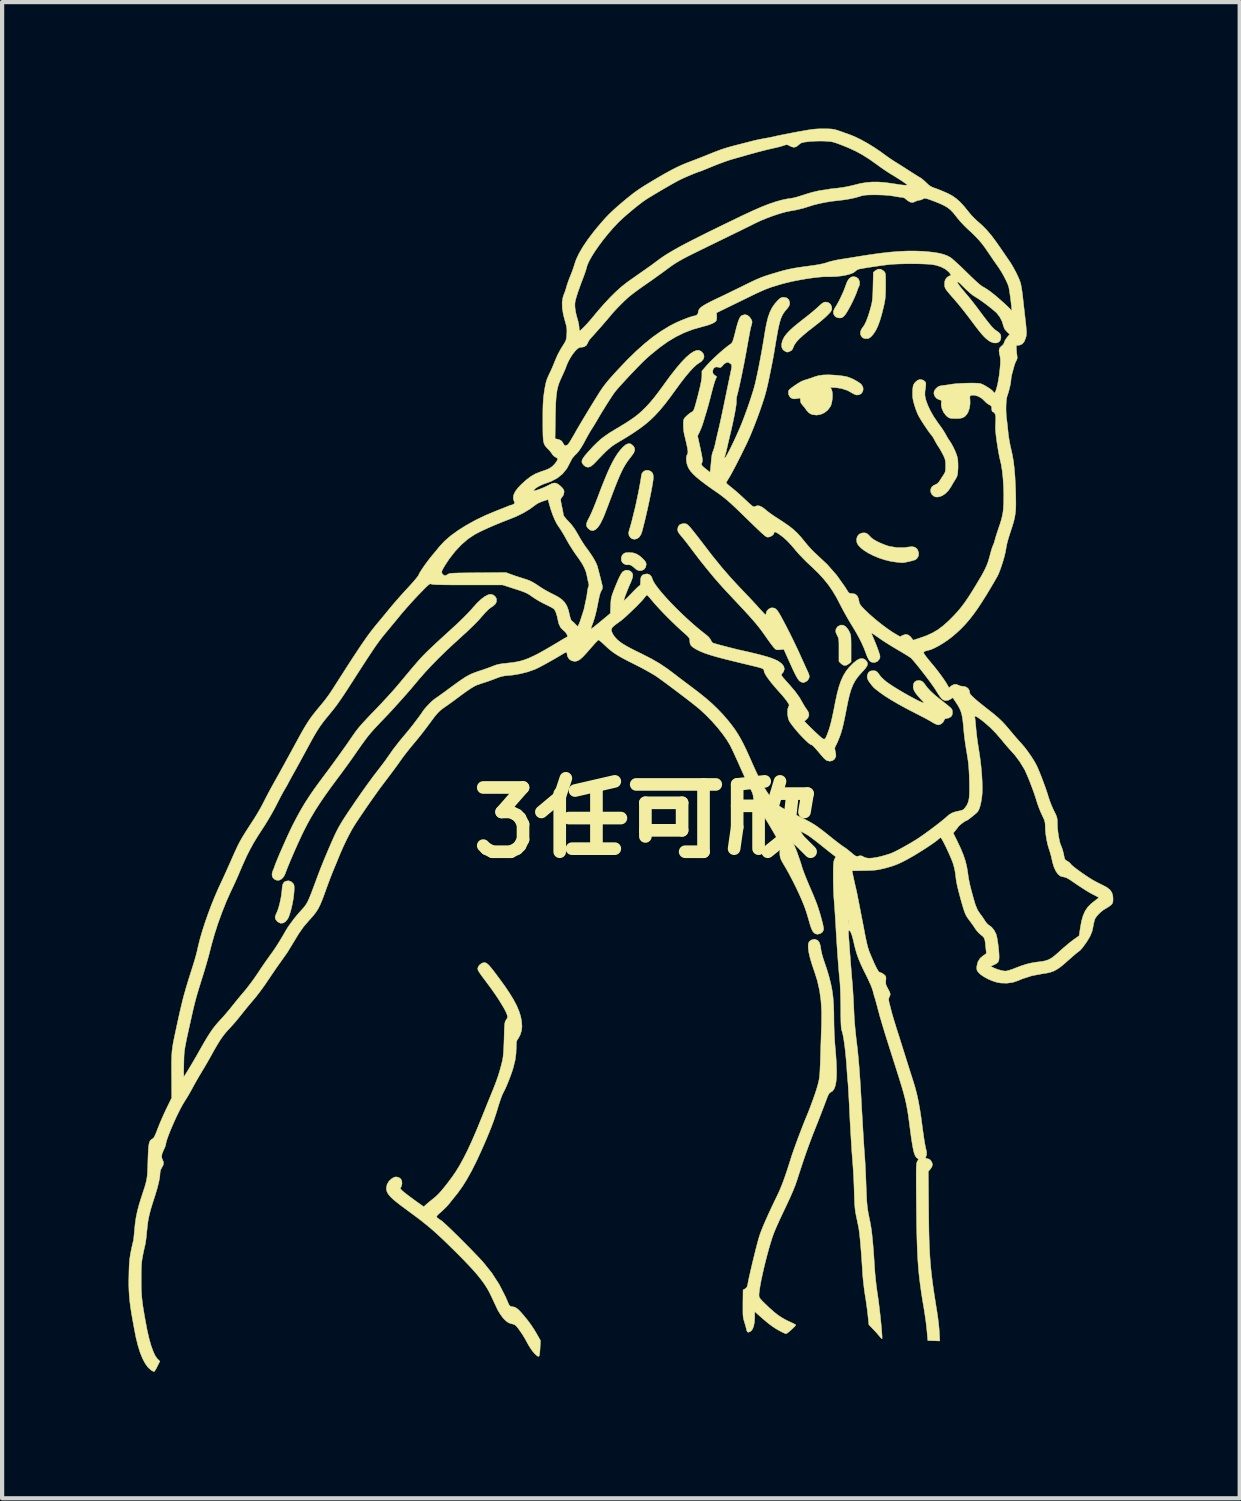
<source format=kicad_pcb>
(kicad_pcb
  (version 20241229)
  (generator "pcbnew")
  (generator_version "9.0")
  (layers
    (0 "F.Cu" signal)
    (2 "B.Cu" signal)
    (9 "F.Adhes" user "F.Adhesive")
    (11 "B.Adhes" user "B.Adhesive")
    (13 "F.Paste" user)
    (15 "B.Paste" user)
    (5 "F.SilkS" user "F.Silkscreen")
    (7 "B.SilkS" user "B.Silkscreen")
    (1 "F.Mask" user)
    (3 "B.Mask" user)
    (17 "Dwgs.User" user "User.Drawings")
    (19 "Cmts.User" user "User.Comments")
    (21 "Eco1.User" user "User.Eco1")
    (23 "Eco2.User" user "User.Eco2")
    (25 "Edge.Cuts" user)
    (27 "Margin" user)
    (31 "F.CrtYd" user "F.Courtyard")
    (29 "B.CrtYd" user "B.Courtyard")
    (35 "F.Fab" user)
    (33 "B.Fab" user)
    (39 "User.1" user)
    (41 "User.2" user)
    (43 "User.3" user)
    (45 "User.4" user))
  (footprint "3任可欣"
    (layer "F.Cu")
    (at 12.296 16.465)
    (property "Reference" "3任可欣" (at 0 0 0) (layer "F.SilkS") (effects (font (size 1.524 1.524) (thickness 0.3))))
    (attr through_hole)
    (fp_poly (pts (xy -0.325 -6.4) (xy -0.243 -6.372) (xy -0.165 -6.322) (xy -0.1 -6.264) (xy -0.054 -6.215) (xy -0.028 -6.178) (xy -0.018 -6.143) (xy -0.017 -6.122) (xy -0.031 -6.056) (xy -0.068 -6.009) (xy -0.12 -5.982) (xy -0.18 -5.977) (xy -0.241 -5.998) (xy -0.28 -6.03) (xy -0.335 -6.078) (xy -0.387 -6.11) (xy -0.428 -6.119) (xy -0.437 -6.117) (xy -0.482 -6.116) (xy -0.534 -6.134) (xy -0.576 -6.164) (xy -0.605 -6.215) (xy -0.61 -6.276) (xy -0.591 -6.336) (xy -0.566 -6.368) (xy -0.535 -6.392) (xy -0.499 -6.404) (xy -0.445 -6.408) (xy -0.418 -6.408) (xy -0.325 -6.4)) (stroke (width 0.01) (type solid)) (fill yes) (layer "F.SilkS"))
    (fp_poly (pts (xy 4.656 -4.686) (xy 4.715 -4.651) (xy 4.77 -4.586) (xy 4.799 -4.535) (xy 4.814 -4.503) (xy 4.826 -4.473) (xy 4.834 -4.44) (xy 4.839 -4.398) (xy 4.841 -4.34) (xy 4.843 -4.262) (xy 4.843 -4.157) (xy 4.843 -4.13) (xy 4.843 -3.813) (xy 4.791 -3.769) (xy 4.731 -3.733) (xy 4.675 -3.73) (xy 4.62 -3.761) (xy 4.605 -3.775) (xy 4.555 -3.824) (xy 4.555 -4.098) (xy 4.555 -4.2) (xy 4.554 -4.276) (xy 4.551 -4.329) (xy 4.545 -4.368) (xy 4.536 -4.398) (xy 4.523 -4.426) (xy 4.511 -4.446) (xy 4.48 -4.521) (xy 4.482 -4.586) (xy 4.515 -4.641) (xy 4.533 -4.656) (xy 4.595 -4.687) (xy 4.656 -4.686)) (stroke (width 0.01) (type solid)) (fill yes) (layer "F.SilkS"))
    (fp_poly (pts (xy -8.44 1.399) (xy -8.397 1.437) (xy -8.38 1.46) (xy -8.371 1.486) (xy -8.367 1.523) (xy -8.367 1.578) (xy -8.371 1.651) (xy -8.38 1.745) (xy -8.396 1.851) (xy -8.418 1.962) (xy -8.444 2.069) (xy -8.472 2.164) (xy -8.499 2.24) (xy -8.519 2.28) (xy -8.573 2.347) (xy -8.632 2.382) (xy -8.693 2.385) (xy -8.753 2.356) (xy -8.773 2.338) (xy -8.81 2.289) (xy -8.82 2.239) (xy -8.802 2.18) (xy -8.789 2.153) (xy -8.762 2.091) (xy -8.734 2.006) (xy -8.708 1.906) (xy -8.685 1.8) (xy -8.668 1.7) (xy -8.659 1.617) (xy -8.651 1.527) (xy -8.638 1.465) (xy -8.618 1.424) (xy -8.588 1.398) (xy -8.569 1.389) (xy -8.502 1.378) (xy -8.44 1.399)) (stroke (width 0.01) (type solid)) (fill yes) (layer "F.SilkS"))
    (fp_poly (pts (xy 4.97 -12.939) (xy 5.018 -12.898) (xy 5.043 -12.837) (xy 5.046 -12.806) (xy 5.043 -12.759) (xy 5.034 -12.728) (xy 5.031 -12.725) (xy 5.018 -12.7) (xy 5.001 -12.655) (xy 4.987 -12.615) (xy 4.962 -12.546) (xy 4.925 -12.46) (xy 4.881 -12.365) (xy 4.833 -12.269) (xy 4.784 -12.18) (xy 4.74 -12.104) (xy 4.704 -12.051) (xy 4.697 -12.042) (xy 4.657 -12) (xy 4.623 -11.979) (xy 4.583 -11.972) (xy 4.57 -11.972) (xy 4.508 -11.982) (xy 4.461 -12.013) (xy 4.426 -12.069) (xy 4.424 -12.131) (xy 4.455 -12.203) (xy 4.462 -12.213) (xy 4.508 -12.288) (xy 4.56 -12.384) (xy 4.612 -12.491) (xy 4.66 -12.596) (xy 4.697 -12.689) (xy 4.711 -12.731) (xy 4.75 -12.833) (xy 4.795 -12.903) (xy 4.848 -12.943) (xy 4.904 -12.954) (xy 4.97 -12.939)) (stroke (width 0.01) (type solid)) (fill yes) (layer "F.SilkS"))
    (fp_poly (pts (xy 5.178 -6.873) (xy 5.21 -6.863) (xy 5.242 -6.841) (xy 5.283 -6.8) (xy 5.313 -6.768) (xy 5.36 -6.729) (xy 5.432 -6.685) (xy 5.519 -6.641) (xy 5.614 -6.601) (xy 5.707 -6.568) (xy 5.759 -6.554) (xy 5.939 -6.524) (xy 6.107 -6.525) (xy 6.203 -6.539) (xy 6.29 -6.548) (xy 6.356 -6.534) (xy 6.405 -6.496) (xy 6.423 -6.469) (xy 6.447 -6.399) (xy 6.442 -6.33) (xy 6.408 -6.27) (xy 6.375 -6.241) (xy 6.346 -6.229) (xy 6.294 -6.214) (xy 6.23 -6.198) (xy 6.163 -6.183) (xy 6.103 -6.171) (xy 6.06 -6.166) (xy 6.048 -6.166) (xy 6.027 -6.169) (xy 5.981 -6.174) (xy 5.92 -6.18) (xy 5.91 -6.181) (xy 5.777 -6.201) (xy 5.64 -6.235) (xy 5.505 -6.279) (xy 5.375 -6.333) (xy 5.256 -6.393) (xy 5.153 -6.457) (xy 5.069 -6.523) (xy 5.01 -6.588) (xy 4.981 -6.645) (xy 4.973 -6.725) (xy 4.992 -6.792) (xy 5.035 -6.843) (xy 5.099 -6.871) (xy 5.138 -6.875) (xy 5.178 -6.873)) (stroke (width 0.01) (type solid)) (fill yes) (layer "F.SilkS"))
    (fp_poly (pts (xy 5.544 -13.13) (xy 5.606 -13.095) (xy 5.622 -13.08) (xy 5.637 -13.064) (xy 5.648 -13.047) (xy 5.655 -13.025) (xy 5.66 -12.991) (xy 5.662 -12.94) (xy 5.663 -12.867) (xy 5.663 -12.767) (xy 5.663 -12.738) (xy 5.662 -12.621) (xy 5.659 -12.53) (xy 5.654 -12.454) (xy 5.645 -12.387) (xy 5.633 -12.318) (xy 5.616 -12.243) (xy 5.571 -12.06) (xy 5.525 -11.907) (xy 5.479 -11.781) (xy 5.43 -11.679) (xy 5.377 -11.597) (xy 5.337 -11.549) (xy 5.293 -11.508) (xy 5.257 -11.487) (xy 5.215 -11.481) (xy 5.204 -11.481) (xy 5.143 -11.49) (xy 5.1 -11.52) (xy 5.067 -11.577) (xy 5.065 -11.643) (xy 5.091 -11.71) (xy 5.115 -11.741) (xy 5.158 -11.804) (xy 5.202 -11.892) (xy 5.245 -12.007) (xy 5.291 -12.153) (xy 5.304 -12.199) (xy 5.322 -12.268) (xy 5.336 -12.327) (xy 5.345 -12.385) (xy 5.352 -12.448) (xy 5.357 -12.524) (xy 5.361 -12.621) (xy 5.363 -12.721) (xy 5.371 -13.056) (xy 5.424 -13.099) (xy 5.483 -13.131) (xy 5.544 -13.13)) (stroke (width 0.01) (type solid)) (fill yes) (layer "F.SilkS"))
    (fp_poly (pts (xy 0.086 -8.338) (xy 0.119 -8.31) (xy 0.141 -8.275) (xy 0.151 -8.225) (xy 0.152 -8.179) (xy 0.148 -8.131) (xy 0.137 -8.055) (xy 0.12 -7.957) (xy 0.098 -7.841) (xy 0.072 -7.712) (xy 0.043 -7.576) (xy 0.013 -7.437) (xy -0.018 -7.301) (xy -0.048 -7.173) (xy -0.077 -7.057) (xy -0.102 -6.959) (xy -0.124 -6.883) (xy -0.14 -6.839) (xy -0.18 -6.777) (xy -0.233 -6.737) (xy -0.293 -6.722) (xy -0.353 -6.734) (xy -0.386 -6.757) (xy -0.425 -6.812) (xy -0.434 -6.878) (xy -0.418 -6.948) (xy -0.401 -6.998) (xy -0.381 -7.069) (xy -0.36 -7.145) (xy -0.356 -7.163) (xy -0.338 -7.237) (xy -0.321 -7.305) (xy -0.308 -7.357) (xy -0.305 -7.366) (xy -0.29 -7.429) (xy -0.27 -7.512) (xy -0.249 -7.609) (xy -0.227 -7.716) (xy -0.204 -7.825) (xy -0.183 -7.931) (xy -0.165 -8.028) (xy -0.15 -8.111) (xy -0.14 -8.173) (xy -0.136 -8.208) (xy -0.135 -8.21) (xy -0.122 -8.278) (xy -0.085 -8.328) (xy -0.033 -8.356) (xy 0.026 -8.36) (xy 0.086 -8.338)) (stroke (width 0.01) (type solid)) (fill yes) (layer "F.SilkS"))
    (fp_poly (pts (xy 4.309 -12.336) (xy 4.358 -12.295) (xy 4.383 -12.235) (xy 4.386 -12.206) (xy 4.383 -12.171) (xy 4.371 -12.14) (xy 4.345 -12.104) (xy 4.301 -12.057) (xy 4.28 -12.035) (xy 4.227 -11.985) (xy 4.155 -11.922) (xy 4.072 -11.854) (xy 3.987 -11.787) (xy 3.963 -11.768) (xy 3.819 -11.657) (xy 3.704 -11.56) (xy 3.613 -11.477) (xy 3.547 -11.405) (xy 3.502 -11.342) (xy 3.479 -11.292) (xy 3.456 -11.236) (xy 3.43 -11.203) (xy 3.394 -11.183) (xy 3.355 -11.167) (xy 3.332 -11.162) (xy 3.309 -11.168) (xy 3.275 -11.183) (xy 3.225 -11.222) (xy 3.198 -11.279) (xy 3.195 -11.351) (xy 3.214 -11.433) (xy 3.256 -11.518) (xy 3.278 -11.55) (xy 3.328 -11.612) (xy 3.391 -11.678) (xy 3.471 -11.751) (xy 3.573 -11.836) (xy 3.698 -11.935) (xy 3.741 -11.968) (xy 3.826 -12.035) (xy 3.912 -12.105) (xy 3.991 -12.172) (xy 4.054 -12.227) (xy 4.069 -12.241) (xy 4.127 -12.295) (xy 4.17 -12.328) (xy 4.203 -12.345) (xy 4.235 -12.351) (xy 4.242 -12.351) (xy 4.309 -12.336)) (stroke (width 0.01) (type solid)) (fill yes) (layer "F.SilkS"))
    (fp_poly (pts (xy -0.387 -8.986) (xy -0.334 -8.948) (xy -0.333 -8.947) (xy -0.296 -8.895) (xy -0.288 -8.839) (xy -0.31 -8.775) (xy -0.36 -8.703) (xy -0.414 -8.634) (xy -0.464 -8.567) (xy -0.509 -8.498) (xy -0.553 -8.423) (xy -0.596 -8.339) (xy -0.641 -8.241) (xy -0.69 -8.127) (xy -0.744 -7.993) (xy -0.805 -7.834) (xy -0.875 -7.648) (xy -0.887 -7.618) (xy -0.925 -7.515) (xy -0.963 -7.417) (xy -0.997 -7.329) (xy -1.025 -7.259) (xy -1.042 -7.22) (xy -1.103 -7.096) (xy -1.163 -7.006) (xy -1.222 -6.95) (xy -1.281 -6.927) (xy -1.338 -6.937) (xy -1.39 -6.975) (xy -1.423 -7.016) (xy -1.436 -7.059) (xy -1.429 -7.11) (xy -1.402 -7.176) (xy -1.372 -7.232) (xy -1.346 -7.284) (xy -1.311 -7.361) (xy -1.27 -7.456) (xy -1.227 -7.564) (xy -1.183 -7.677) (xy -1.167 -7.719) (xy -1.083 -7.941) (xy -1.006 -8.133) (xy -0.937 -8.299) (xy -0.873 -8.441) (xy -0.812 -8.562) (xy -0.753 -8.666) (xy -0.696 -8.755) (xy -0.637 -8.833) (xy -0.576 -8.901) (xy -0.566 -8.911) (xy -0.5 -8.967) (xy -0.441 -8.992) (xy -0.387 -8.986)) (stroke (width 0.01) (type solid)) (fill yes) (layer "F.SilkS"))
    (fp_poly (pts (xy 4.467 -10.616) (xy 4.577 -10.605) (xy 4.669 -10.593) (xy 4.741 -10.579) (xy 4.804 -10.558) (xy 4.873 -10.529) (xy 4.903 -10.514) (xy 4.972 -10.477) (xy 5.033 -10.439) (xy 5.078 -10.405) (xy 5.088 -10.394) (xy 5.124 -10.332) (xy 5.13 -10.271) (xy 5.113 -10.217) (xy 5.078 -10.174) (xy 5.028 -10.149) (xy 4.969 -10.145) (xy 4.905 -10.17) (xy 4.893 -10.177) (xy 4.761 -10.252) (xy 4.613 -10.3) (xy 4.492 -10.318) (xy 4.353 -10.326) (xy 4.38 -10.274) (xy 4.396 -10.218) (xy 4.402 -10.141) (xy 4.398 -10.055) (xy 4.385 -9.97) (xy 4.365 -9.898) (xy 4.356 -9.879) (xy 4.295 -9.793) (xy 4.215 -9.727) (xy 4.124 -9.685) (xy 4.027 -9.668) (xy 3.931 -9.679) (xy 3.879 -9.698) (xy 3.834 -9.73) (xy 3.79 -9.778) (xy 3.778 -9.795) (xy 3.74 -9.848) (xy 3.699 -9.898) (xy 3.687 -9.909) (xy 3.651 -9.96) (xy 3.641 -10.017) (xy 3.639 -10.057) (xy 3.628 -10.071) (xy 3.598 -10.068) (xy 3.586 -10.065) (xy 3.504 -10.052) (xy 3.442 -10.062) (xy 3.396 -10.095) (xy 3.392 -10.099) (xy 3.358 -10.162) (xy 3.357 -10.23) (xy 3.363 -10.253) (xy 3.382 -10.274) (xy 3.421 -10.308) (xy 3.475 -10.348) (xy 3.495 -10.362) (xy 3.572 -10.413) (xy 3.63 -10.449) (xy 3.677 -10.473) (xy 3.721 -10.491) (xy 3.77 -10.507) (xy 3.775 -10.508) (xy 3.831 -10.526) (xy 3.903 -10.55) (xy 3.971 -10.575) (xy 4.068 -10.604) (xy 4.18 -10.62) (xy 4.311 -10.624) (xy 4.467 -10.616)) (stroke (width 0.01) (type solid)) (fill yes) (layer "F.SilkS"))
    (fp_poly (pts (xy 1.276 -11.186) (xy 1.303 -11.166) (xy 1.345 -11.113) (xy 1.356 -11.054) (xy 1.338 -10.995) (xy 1.291 -10.94) (xy 1.239 -10.906) (xy 1.178 -10.864) (xy 1.101 -10.793) (xy 1.011 -10.696) (xy 0.909 -10.574) (xy 0.796 -10.428) (xy 0.685 -10.276) (xy 0.549 -10.089) (xy 0.425 -9.927) (xy 0.308 -9.786) (xy 0.194 -9.662) (xy 0.078 -9.549) (xy -0.045 -9.444) (xy -0.18 -9.343) (xy -0.331 -9.24) (xy -0.502 -9.132) (xy -0.641 -9.049) (xy -0.708 -9.009) (xy -0.766 -8.973) (xy -0.817 -8.938) (xy -0.866 -8.9) (xy -0.918 -8.856) (xy -0.975 -8.803) (xy -1.041 -8.737) (xy -1.122 -8.654) (xy -1.22 -8.551) (xy -1.264 -8.506) (xy -1.329 -8.452) (xy -1.391 -8.431) (xy -1.45 -8.443) (xy -1.496 -8.477) (xy -1.528 -8.515) (xy -1.543 -8.553) (xy -1.54 -8.594) (xy -1.516 -8.643) (xy -1.472 -8.705) (xy -1.404 -8.785) (xy -1.382 -8.809) (xy -1.275 -8.925) (xy -1.179 -9.02) (xy -1.088 -9.102) (xy -0.991 -9.175) (xy -0.883 -9.249) (xy -0.753 -9.328) (xy -0.745 -9.333) (xy -0.605 -9.417) (xy -0.491 -9.487) (xy -0.396 -9.549) (xy -0.316 -9.604) (xy -0.246 -9.657) (xy -0.181 -9.71) (xy -0.117 -9.768) (xy -0.095 -9.789) (xy -0.01 -9.873) (xy 0.074 -9.965) (xy 0.162 -10.07) (xy 0.257 -10.192) (xy 0.365 -10.338) (xy 0.414 -10.406) (xy 0.56 -10.606) (xy 0.695 -10.777) (xy 0.816 -10.92) (xy 0.925 -11.034) (xy 1.021 -11.118) (xy 1.102 -11.172) (xy 1.11 -11.176) (xy 1.177 -11.203) (xy 1.229 -11.206) (xy 1.276 -11.186)) (stroke (width 0.01) (type solid)) (fill yes) (layer "F.SilkS"))
    (fp_poly (pts (xy 5.417 -3.601) (xy 5.453 -3.582) (xy 5.49 -3.543) (xy 5.523 -3.495) (xy 5.558 -3.453) (xy 5.611 -3.401) (xy 5.673 -3.348) (xy 5.692 -3.333) (xy 5.768 -3.28) (xy 5.864 -3.217) (xy 5.974 -3.15) (xy 6.092 -3.08) (xy 6.211 -3.013) (xy 6.325 -2.951) (xy 6.427 -2.898) (xy 6.512 -2.859) (xy 6.551 -2.843) (xy 6.571 -2.837) (xy 6.573 -2.844) (xy 6.555 -2.867) (xy 6.517 -2.907) (xy 6.431 -3.002) (xy 6.37 -3.08) (xy 6.333 -3.146) (xy 6.317 -3.202) (xy 6.316 -3.22) (xy 6.323 -3.29) (xy 6.348 -3.336) (xy 6.394 -3.365) (xy 6.4 -3.367) (xy 6.469 -3.375) (xy 6.532 -3.351) (xy 6.583 -3.297) (xy 6.589 -3.288) (xy 6.643 -3.213) (xy 6.721 -3.128) (xy 6.817 -3.038) (xy 6.924 -2.95) (xy 6.934 -2.942) (xy 7.005 -2.887) (xy 7.078 -2.83) (xy 7.14 -2.78) (xy 7.159 -2.764) (xy 7.206 -2.723) (xy 7.233 -2.691) (xy 7.245 -2.661) (xy 7.247 -2.621) (xy 7.247 -2.616) (xy 7.243 -2.563) (xy 7.224 -2.527) (xy 7.203 -2.507) (xy 7.156 -2.482) (xy 7.11 -2.472) (xy 7.072 -2.465) (xy 7.053 -2.436) (xy 7.051 -2.43) (xy 7.023 -2.379) (xy 6.975 -2.339) (xy 6.919 -2.32) (xy 6.91 -2.32) (xy 6.873 -2.329) (xy 6.82 -2.352) (xy 6.773 -2.38) (xy 6.728 -2.407) (xy 6.66 -2.445) (xy 6.575 -2.491) (xy 6.478 -2.541) (xy 6.378 -2.592) (xy 6.375 -2.594) (xy 6.16 -2.705) (xy 5.965 -2.812) (xy 5.795 -2.911) (xy 5.65 -3.002) (xy 5.539 -3.08) (xy 5.473 -3.13) (xy 5.428 -3.165) (xy 5.396 -3.192) (xy 5.37 -3.218) (xy 5.345 -3.247) (xy 5.313 -3.286) (xy 5.26 -3.358) (xy 5.231 -3.418) (xy 5.224 -3.471) (xy 5.233 -3.516) (xy 5.262 -3.57) (xy 5.308 -3.599) (xy 5.371 -3.606) (xy 5.417 -3.601)) (stroke (width 0.01) (type solid)) (fill yes) (layer "F.SilkS"))
    (fp_poly (pts (xy 6.544 -10.501) (xy 6.577 -10.48) (xy 6.598 -10.462) (xy 6.611 -10.443) (xy 6.617 -10.416) (xy 6.616 -10.376) (xy 6.609 -10.315) (xy 6.596 -10.228) (xy 6.595 -10.217) (xy 6.595 -10.13) (xy 6.618 -10.024) (xy 6.662 -9.903) (xy 6.724 -9.771) (xy 6.804 -9.631) (xy 6.9 -9.489) (xy 6.935 -9.441) (xy 6.987 -9.37) (xy 7.035 -9.297) (xy 7.074 -9.234) (xy 7.088 -9.209) (xy 7.121 -9.149) (xy 7.155 -9.093) (xy 7.173 -9.067) (xy 7.218 -8.999) (xy 7.265 -8.913) (xy 7.309 -8.821) (xy 7.344 -8.732) (xy 7.366 -8.66) (xy 7.367 -8.657) (xy 7.376 -8.588) (xy 7.38 -8.5) (xy 7.38 -8.405) (xy 7.379 -8.395) (xy 7.374 -8.315) (xy 7.367 -8.26) (xy 7.356 -8.217) (xy 7.337 -8.177) (xy 7.315 -8.141) (xy 7.273 -8.073) (xy 7.23 -8) (xy 7.21 -7.963) (xy 7.153 -7.881) (xy 7.084 -7.81) (xy 7.01 -7.759) (xy 6.961 -7.739) (xy 6.901 -7.725) (xy 6.858 -7.725) (xy 6.818 -7.738) (xy 6.807 -7.744) (xy 6.76 -7.785) (xy 6.732 -7.844) (xy 6.731 -7.907) (xy 6.758 -7.965) (xy 6.811 -8.006) (xy 6.85 -8.021) (xy 6.893 -8.047) (xy 6.931 -8.087) (xy 6.934 -8.092) (xy 6.963 -8.137) (xy 7 -8.195) (xy 7.027 -8.235) (xy 7.056 -8.28) (xy 7.073 -8.317) (xy 7.082 -8.358) (xy 7.085 -8.413) (xy 7.085 -8.467) (xy 7.084 -8.542) (xy 7.077 -8.597) (xy 7.063 -8.647) (xy 7.037 -8.705) (xy 7.02 -8.738) (xy 6.985 -8.804) (xy 6.95 -8.865) (xy 6.922 -8.91) (xy 6.918 -8.915) (xy 6.889 -8.959) (xy 6.855 -9.018) (xy 6.833 -9.059) (xy 6.801 -9.118) (xy 6.768 -9.17) (xy 6.748 -9.195) (xy 6.713 -9.238) (xy 6.666 -9.303) (xy 6.613 -9.381) (xy 6.557 -9.465) (xy 6.505 -9.547) (xy 6.462 -9.619) (xy 6.436 -9.667) (xy 6.408 -9.73) (xy 6.377 -9.811) (xy 6.349 -9.896) (xy 6.341 -9.923) (xy 6.318 -10.01) (xy 6.305 -10.08) (xy 6.301 -10.149) (xy 6.302 -10.23) (xy 6.307 -10.304) (xy 6.314 -10.355) (xy 6.326 -10.391) (xy 6.346 -10.424) (xy 6.361 -10.443) (xy 6.419 -10.495) (xy 6.481 -10.514) (xy 6.544 -10.501)) (stroke (width 0.01) (type solid)) (fill yes) (layer "F.SilkS"))
    (fp_poly (pts (xy 0.915 -7.092) (xy 0.947 -7.081) (xy 0.98 -7.054) (xy 1.025 -7.006) (xy 1.061 -6.964) (xy 1.112 -6.9) (xy 1.174 -6.822) (xy 1.241 -6.735) (xy 1.305 -6.652) (xy 1.542 -6.343) (xy 1.768 -6.064) (xy 1.986 -5.812) (xy 2.197 -5.584) (xy 2.201 -5.58) (xy 2.291 -5.486) (xy 2.386 -5.387) (xy 2.478 -5.289) (xy 2.561 -5.199) (xy 2.628 -5.127) (xy 2.631 -5.122) (xy 2.691 -5.056) (xy 2.744 -5) (xy 2.784 -4.957) (xy 2.809 -4.934) (xy 2.813 -4.93) (xy 2.824 -4.941) (xy 2.828 -4.969) (xy 2.843 -5.018) (xy 2.881 -5.062) (xy 2.932 -5.091) (xy 2.967 -5.097) (xy 3.017 -5.091) (xy 3.058 -5.07) (xy 3.096 -5.029) (xy 3.138 -4.966) (xy 3.183 -4.887) (xy 3.238 -4.784) (xy 3.302 -4.663) (xy 3.37 -4.53) (xy 3.439 -4.392) (xy 3.505 -4.256) (xy 3.566 -4.128) (xy 3.619 -4.014) (xy 3.623 -4.005) (xy 3.667 -3.907) (xy 3.71 -3.813) (xy 3.748 -3.728) (xy 3.778 -3.662) (xy 3.792 -3.632) (xy 3.825 -3.562) (xy 3.844 -3.514) (xy 3.852 -3.48) (xy 3.85 -3.452) (xy 3.841 -3.42) (xy 3.841 -3.419) (xy 3.805 -3.367) (xy 3.766 -3.343) (xy 3.728 -3.327) (xy 3.705 -3.322) (xy 3.681 -3.328) (xy 3.646 -3.344) (xy 3.625 -3.357) (xy 3.603 -3.379) (xy 3.578 -3.413) (xy 3.548 -3.463) (xy 3.513 -3.531) (xy 3.469 -3.621) (xy 3.417 -3.735) (xy 3.353 -3.876) (xy 3.336 -3.914) (xy 3.248 -4.112) (xy 3.158 -4.103) (xy 3.104 -4.099) (xy 3.069 -4.104) (xy 3.041 -4.123) (xy 3.014 -4.151) (xy 2.984 -4.187) (xy 2.941 -4.243) (xy 2.89 -4.313) (xy 2.837 -4.388) (xy 2.832 -4.394) (xy 2.784 -4.464) (xy 2.738 -4.528) (xy 2.693 -4.589) (xy 2.646 -4.649) (xy 2.596 -4.711) (xy 2.539 -4.778) (xy 2.473 -4.853) (xy 2.397 -4.938) (xy 2.307 -5.036) (xy 2.201 -5.149) (xy 2.078 -5.281) (xy 1.934 -5.434) (xy 1.884 -5.487) (xy 1.742 -5.643) (xy 1.587 -5.821) (xy 1.426 -6.016) (xy 1.263 -6.219) (xy 1.105 -6.426) (xy 1.048 -6.502) (xy 0.987 -6.583) (xy 0.924 -6.665) (xy 0.866 -6.737) (xy 0.82 -6.792) (xy 0.816 -6.797) (xy 0.769 -6.854) (xy 0.742 -6.896) (xy 0.73 -6.933) (xy 0.728 -6.959) (xy 0.742 -7.025) (xy 0.782 -7.071) (xy 0.845 -7.093) (xy 0.876 -7.095) (xy 0.915 -7.092)) (stroke (width 0.01) (type solid)) (fill yes) (layer "F.SilkS"))
    (fp_poly (pts (xy -3.651 -5.404) (xy -3.601 -5.367) (xy -3.571 -5.317) (xy -3.568 -5.306) (xy -3.568 -5.243) (xy -3.594 -5.189) (xy -3.65 -5.138) (xy -3.682 -5.118) (xy -3.75 -5.067) (xy -3.83 -4.989) (xy -3.917 -4.89) (xy -3.981 -4.817) (xy -4.066 -4.728) (xy -4.166 -4.63) (xy -4.274 -4.526) (xy -4.372 -4.437) (xy -4.587 -4.241) (xy -4.779 -4.061) (xy -4.953 -3.891) (xy -5.112 -3.728) (xy -5.262 -3.567) (xy -5.405 -3.404) (xy -5.519 -3.268) (xy -5.613 -3.156) (xy -5.725 -3.028) (xy -5.847 -2.891) (xy -5.972 -2.752) (xy -6.093 -2.62) (xy -6.197 -2.51) (xy -6.306 -2.397) (xy -6.395 -2.303) (xy -6.469 -2.224) (xy -6.532 -2.153) (xy -6.588 -2.087) (xy -6.642 -2.019) (xy -6.697 -1.945) (xy -6.759 -1.86) (xy -6.83 -1.759) (xy -6.916 -1.636) (xy -6.917 -1.634) (xy -6.994 -1.524) (xy -7.084 -1.398) (xy -7.179 -1.267) (xy -7.271 -1.142) (xy -7.34 -1.05) (xy -7.497 -0.838) (xy -7.635 -0.645) (xy -7.756 -0.468) (xy -7.863 -0.302) (xy -7.96 -0.14) (xy -8.05 0.021) (xy -8.135 0.187) (xy -8.18 0.279) (xy -8.23 0.386) (xy -8.285 0.506) (xy -8.342 0.633) (xy -8.398 0.761) (xy -8.451 0.885) (xy -8.498 0.998) (xy -8.537 1.095) (xy -8.566 1.17) (xy -8.575 1.198) (xy -8.613 1.278) (xy -8.664 1.335) (xy -8.722 1.365) (xy -8.783 1.367) (xy -8.843 1.338) (xy -8.843 1.338) (xy -8.885 1.287) (xy -8.895 1.222) (xy -8.875 1.145) (xy -8.874 1.143) (xy -8.851 1.09) (xy -8.834 1.042) (xy -8.831 1.033) (xy -8.815 0.989) (xy -8.788 0.92) (xy -8.751 0.83) (xy -8.707 0.726) (xy -8.657 0.612) (xy -8.605 0.494) (xy -8.552 0.376) (xy -8.502 0.265) (xy -8.455 0.166) (xy -8.415 0.083) (xy -8.41 0.072) (xy -8.313 -0.115) (xy -8.218 -0.288) (xy -8.12 -0.454) (xy -8.014 -0.619) (xy -7.897 -0.79) (xy -7.763 -0.975) (xy -7.67 -1.1) (xy -7.526 -1.292) (xy -7.379 -1.494) (xy -7.234 -1.696) (xy -7.097 -1.889) (xy -6.976 -2.066) (xy -6.968 -2.077) (xy -6.918 -2.148) (xy -6.865 -2.218) (xy -6.804 -2.292) (xy -6.731 -2.374) (xy -6.643 -2.469) (xy -6.537 -2.581) (xy -6.476 -2.643) (xy -6.373 -2.751) (xy -6.265 -2.866) (xy -6.158 -2.981) (xy -6.059 -3.09) (xy -5.972 -3.188) (xy -5.91 -3.261) (xy -5.788 -3.407) (xy -5.685 -3.53) (xy -5.599 -3.633) (xy -5.527 -3.718) (xy -5.466 -3.788) (xy -5.414 -3.848) (xy -5.369 -3.898) (xy -5.327 -3.943) (xy -5.287 -3.985) (xy -5.245 -4.027) (xy -5.221 -4.051) (xy -5.164 -4.106) (xy -5.087 -4.179) (xy -4.995 -4.265) (xy -4.893 -4.359) (xy -4.786 -4.457) (xy -4.68 -4.553) (xy -4.674 -4.559) (xy -4.514 -4.706) (xy -4.374 -4.84) (xy -4.256 -4.959) (xy -4.161 -5.061) (xy -4.132 -5.095) (xy -4.03 -5.208) (xy -3.934 -5.299) (xy -3.846 -5.365) (xy -3.768 -5.406) (xy -3.708 -5.419) (xy -3.651 -5.404)) (stroke (width 0.01) (type solid)) (fill yes) (layer "F.SilkS"))
    (fp_poly (pts (xy 3.997 2.769) (xy 4.051 2.793) (xy 4.089 2.841) (xy 4.114 2.916) (xy 4.123 2.976) (xy 4.134 3.043) (xy 4.154 3.128) (xy 4.18 3.217) (xy 4.194 3.26) (xy 4.263 3.464) (xy 4.318 3.646) (xy 4.361 3.814) (xy 4.393 3.976) (xy 4.415 4.141) (xy 4.428 4.316) (xy 4.435 4.509) (xy 4.436 4.665) (xy 4.438 4.794) (xy 4.442 4.933) (xy 4.448 5.07) (xy 4.455 5.194) (xy 4.462 5.283) (xy 4.482 5.518) (xy 4.495 5.721) (xy 4.5 5.895) (xy 4.497 6.04) (xy 4.485 6.158) (xy 4.466 6.251) (xy 4.438 6.321) (xy 4.401 6.368) (xy 4.364 6.392) (xy 4.344 6.403) (xy 4.325 6.421) (xy 4.307 6.451) (xy 4.285 6.498) (xy 4.258 6.568) (xy 4.225 6.657) (xy 4.19 6.75) (xy 4.146 6.864) (xy 4.097 6.991) (xy 4.046 7.121) (xy 3.996 7.245) (xy 3.992 7.256) (xy 3.919 7.441) (xy 3.847 7.633) (xy 3.773 7.838) (xy 3.697 8.061) (xy 3.616 8.307) (xy 3.565 8.467) (xy 3.522 8.592) (xy 3.467 8.731) (xy 3.398 8.889) (xy 3.314 9.069) (xy 3.287 9.127) (xy 3.229 9.248) (xy 3.172 9.369) (xy 3.119 9.485) (xy 3.073 9.588) (xy 3.037 9.672) (xy 3.017 9.72) (xy 2.979 9.824) (xy 2.939 9.95) (xy 2.897 10.091) (xy 2.855 10.244) (xy 2.814 10.402) (xy 2.775 10.561) (xy 2.74 10.716) (xy 2.709 10.861) (xy 2.685 10.991) (xy 2.668 11.101) (xy 2.659 11.186) (xy 2.659 11.211) (xy 2.661 11.241) (xy 2.672 11.27) (xy 2.696 11.303) (xy 2.737 11.347) (xy 2.79 11.4) (xy 2.911 11.516) (xy 3.018 11.61) (xy 3.115 11.686) (xy 3.21 11.748) (xy 3.307 11.802) (xy 3.403 11.847) (xy 3.462 11.874) (xy 3.506 11.897) (xy 3.529 11.913) (xy 3.531 11.916) (xy 3.519 11.936) (xy 3.487 11.97) (xy 3.444 12.011) (xy 3.396 12.054) (xy 3.351 12.092) (xy 3.316 12.117) (xy 3.3 12.124) (xy 3.275 12.116) (xy 3.229 12.096) (xy 3.171 12.067) (xy 3.154 12.058) (xy 3.061 12.005) (xy 2.968 11.943) (xy 2.87 11.869) (xy 2.759 11.776) (xy 2.698 11.723) (xy 2.557 11.597) (xy 2.557 11.73) (xy 2.551 11.844) (xy 2.533 11.941) (xy 2.505 12.014) (xy 2.469 12.06) (xy 2.464 12.063) (xy 2.417 12.087) (xy 2.386 12.083) (xy 2.368 12.049) (xy 2.363 12.027) (xy 2.351 11.978) (xy 2.333 11.912) (xy 2.313 11.845) (xy 2.299 11.8) (xy 2.289 11.758) (xy 2.282 11.713) (xy 2.278 11.658) (xy 2.277 11.586) (xy 2.277 11.492) (xy 2.277 11.405) (xy 2.281 11.084) (xy 2.33 11.057) (xy 2.364 11.029) (xy 2.384 10.988) (xy 2.391 10.955) (xy 2.403 10.886) (xy 2.423 10.791) (xy 2.449 10.676) (xy 2.479 10.547) (xy 2.511 10.41) (xy 2.545 10.271) (xy 2.578 10.137) (xy 2.61 10.014) (xy 2.638 9.908) (xy 2.662 9.826) (xy 2.669 9.802) (xy 2.701 9.712) (xy 2.747 9.595) (xy 2.807 9.455) (xy 2.878 9.296) (xy 2.959 9.121) (xy 3.049 8.933) (xy 3.062 8.907) (xy 3.111 8.805) (xy 3.154 8.709) (xy 3.194 8.612) (xy 3.234 8.509) (xy 3.275 8.394) (xy 3.32 8.262) (xy 3.37 8.107) (xy 3.406 7.993) (xy 3.439 7.889) (xy 3.483 7.763) (xy 3.534 7.621) (xy 3.589 7.471) (xy 3.646 7.322) (xy 3.7 7.181) (xy 3.75 7.056) (xy 3.776 6.993) (xy 3.829 6.865) (xy 3.882 6.727) (xy 3.934 6.586) (xy 3.982 6.451) (xy 4.022 6.33) (xy 4.052 6.229) (xy 4.058 6.206) (xy 4.072 6.152) (xy 4.082 6.102) (xy 4.091 6.049) (xy 4.097 5.989) (xy 4.103 5.916) (xy 4.107 5.825) (xy 4.112 5.711) (xy 4.116 5.569) (xy 4.117 5.563) (xy 4.121 5.417) (xy 4.126 5.262) (xy 4.131 5.107) (xy 4.135 4.962) (xy 4.14 4.835) (xy 4.142 4.765) (xy 4.144 4.48) (xy 4.128 4.219) (xy 4.095 3.979) (xy 4.044 3.753) (xy 3.985 3.565) (xy 3.921 3.378) (xy 3.873 3.219) (xy 3.842 3.086) (xy 3.827 2.977) (xy 3.827 2.891) (xy 3.833 2.855) (xy 3.86 2.811) (xy 3.908 2.78) (xy 3.966 2.766) (xy 3.997 2.769)) (stroke (width 0.01) (type solid)) (fill yes) (layer "F.SilkS"))
    (fp_poly (pts (xy -3.838 3.321) (xy -3.813 3.33) (xy -3.786 3.348) (xy -3.753 3.378) (xy -3.712 3.424) (xy -3.66 3.488) (xy -3.594 3.574) (xy -3.518 3.676) (xy -3.377 3.869) (xy -3.26 4.043) (xy -3.164 4.2) (xy -3.089 4.342) (xy -3.033 4.475) (xy -2.994 4.599) (xy -2.972 4.718) (xy -2.964 4.836) (xy -2.975 4.933) (xy -3.005 5.031) (xy -3.049 5.114) (xy -3.055 5.122) (xy -3.077 5.154) (xy -3.09 5.186) (xy -3.096 5.228) (xy -3.099 5.289) (xy -3.099 5.327) (xy -3.106 5.484) (xy -3.127 5.637) (xy -3.167 5.799) (xy -3.179 5.841) (xy -3.205 5.921) (xy -3.239 6.015) (xy -3.277 6.115) (xy -3.317 6.213) (xy -3.355 6.3) (xy -3.388 6.368) (xy -3.401 6.392) (xy -3.433 6.458) (xy -3.47 6.557) (xy -3.514 6.689) (xy -3.547 6.799) (xy -3.589 6.933) (xy -3.634 7.067) (xy -3.686 7.206) (xy -3.746 7.357) (xy -3.816 7.525) (xy -3.9 7.716) (xy -3.932 7.789) (xy -4.05 8.043) (xy -4.163 8.267) (xy -4.272 8.462) (xy -4.378 8.631) (xy -4.483 8.778) (xy -4.516 8.82) (xy -4.572 8.889) (xy -4.627 8.958) (xy -4.674 9.017) (xy -4.694 9.042) (xy -4.736 9.091) (xy -4.794 9.15) (xy -4.858 9.211) (xy -4.883 9.234) (xy -4.943 9.286) (xy -4.978 9.322) (xy -4.989 9.349) (xy -4.974 9.373) (xy -4.934 9.403) (xy -4.877 9.44) (xy -4.846 9.465) (xy -4.795 9.511) (xy -4.727 9.574) (xy -4.645 9.652) (xy -4.554 9.741) (xy -4.455 9.838) (xy -4.353 9.94) (xy -4.251 10.043) (xy -4.152 10.144) (xy -4.06 10.24) (xy -3.977 10.327) (xy -3.907 10.402) (xy -3.886 10.426) (xy -3.682 10.679) (xy -3.505 10.953) (xy -3.355 11.246) (xy -3.323 11.32) (xy -3.293 11.39) (xy -3.272 11.435) (xy -3.253 11.46) (xy -3.232 11.473) (xy -3.205 11.48) (xy -3.19 11.482) (xy -3.145 11.491) (xy -3.104 11.51) (xy -3.06 11.542) (xy -3.009 11.592) (xy -2.945 11.665) (xy -2.935 11.676) (xy -2.832 11.801) (xy -2.747 11.916) (xy -2.67 12.033) (xy -2.611 12.133) (xy -2.525 12.285) (xy -2.535 12.476) (xy -2.541 12.567) (xy -2.549 12.627) (xy -2.562 12.658) (xy -2.583 12.661) (xy -2.615 12.64) (xy -2.66 12.597) (xy -2.672 12.585) (xy -2.717 12.532) (xy -2.767 12.46) (xy -2.814 12.384) (xy -2.826 12.361) (xy -2.893 12.238) (xy -2.959 12.131) (xy -3.035 12.022) (xy -3.062 11.985) (xy -3.107 11.933) (xy -3.148 11.904) (xy -3.183 11.894) (xy -3.237 11.88) (xy -3.285 11.861) (xy -3.286 11.861) (xy -3.346 11.818) (xy -3.412 11.75) (xy -3.476 11.664) (xy -3.535 11.567) (xy -3.559 11.519) (xy -3.599 11.432) (xy -3.644 11.336) (xy -3.684 11.249) (xy -3.692 11.233) (xy -3.739 11.137) (xy -3.792 11.043) (xy -3.853 10.948) (xy -3.924 10.85) (xy -4.007 10.745) (xy -4.104 10.632) (xy -4.218 10.508) (xy -4.35 10.37) (xy -4.503 10.215) (xy -4.68 10.041) (xy -4.707 10.014) (xy -4.848 9.878) (xy -4.975 9.76) (xy -5.096 9.652) (xy -5.218 9.55) (xy -5.347 9.446) (xy -5.49 9.337) (xy -5.655 9.216) (xy -5.669 9.205) (xy -5.806 9.104) (xy -5.917 9.019) (xy -6.005 8.947) (xy -6.072 8.885) (xy -6.12 8.832) (xy -6.152 8.783) (xy -6.172 8.738) (xy -6.18 8.692) (xy -6.181 8.67) (xy -6.164 8.582) (xy -6.117 8.502) (xy -6.059 8.449) (xy -6.009 8.417) (xy -5.968 8.404) (xy -5.927 8.405) (xy -5.877 8.422) (xy -5.839 8.45) (xy -5.838 8.451) (xy -5.814 8.503) (xy -5.81 8.568) (xy -5.826 8.629) (xy -5.834 8.643) (xy -5.847 8.665) (xy -5.846 8.684) (xy -5.83 8.706) (xy -5.793 8.74) (xy -5.771 8.759) (xy -5.722 8.798) (xy -5.655 8.85) (xy -5.576 8.908) (xy -5.496 8.967) (xy -5.488 8.973) (xy -5.294 9.111) (xy -5.242 9.063) (xy -5.203 9.029) (xy -5.148 8.983) (xy -5.088 8.935) (xy -5.08 8.929) (xy -5.019 8.879) (xy -4.96 8.823) (xy -4.899 8.759) (xy -4.832 8.68) (xy -4.755 8.584) (xy -4.665 8.465) (xy -4.628 8.416) (xy -4.535 8.281) (xy -4.442 8.129) (xy -4.347 7.956) (xy -4.249 7.761) (xy -4.147 7.539) (xy -4.039 7.289) (xy -3.956 7.086) (xy -3.901 6.951) (xy -3.843 6.808) (xy -3.786 6.665) (xy -3.731 6.531) (xy -3.683 6.414) (xy -3.657 6.35) (xy -3.591 6.182) (xy -3.537 6.032) (xy -3.492 5.889) (xy -3.452 5.741) (xy -3.425 5.63) (xy -3.413 5.558) (xy -3.403 5.454) (xy -3.395 5.319) (xy -3.389 5.151) (xy -3.388 5.122) (xy -3.385 4.997) (xy -3.382 4.902) (xy -3.378 4.83) (xy -3.374 4.779) (xy -3.368 4.742) (xy -3.361 4.716) (xy -3.351 4.695) (xy -3.338 4.676) (xy -3.312 4.635) (xy -3.306 4.601) (xy -3.316 4.56) (xy -3.342 4.495) (xy -3.386 4.409) (xy -3.447 4.306) (xy -3.52 4.189) (xy -3.603 4.065) (xy -3.693 3.937) (xy -3.761 3.845) (xy -3.839 3.74) (xy -3.9 3.659) (xy -3.944 3.598) (xy -3.975 3.553) (xy -3.995 3.519) (xy -4.007 3.495) (xy -4.012 3.475) (xy -4.013 3.457) (xy -4.013 3.454) (xy -3.999 3.411) (xy -3.962 3.367) (xy -3.914 3.333) (xy -3.866 3.319) (xy -3.863 3.319) (xy -3.838 3.321)) (stroke (width 0.01) (type solid)) (fill yes) (layer "F.SilkS"))
    (fp_poly (pts (xy 4.196 -16.46) (xy 4.291 -16.459) (xy 4.363 -16.456) (xy 4.42 -16.449) (xy 4.472 -16.438) (xy 4.529 -16.42) (xy 4.568 -16.407) (xy 4.648 -16.379) (xy 4.728 -16.35) (xy 4.795 -16.327) (xy 4.809 -16.322) (xy 4.935 -16.271) (xy 5.078 -16.201) (xy 5.231 -16.116) (xy 5.385 -16.022) (xy 5.534 -15.921) (xy 5.588 -15.882) (xy 5.669 -15.823) (xy 5.752 -15.764) (xy 5.828 -15.713) (xy 5.887 -15.675) (xy 5.893 -15.672) (xy 5.948 -15.638) (xy 6.023 -15.591) (xy 6.109 -15.536) (xy 6.195 -15.48) (xy 6.215 -15.468) (xy 6.294 -15.417) (xy 6.368 -15.37) (xy 6.43 -15.331) (xy 6.473 -15.306) (xy 6.483 -15.301) (xy 6.523 -15.273) (xy 6.575 -15.23) (xy 6.627 -15.181) (xy 6.679 -15.131) (xy 6.728 -15.095) (xy 6.787 -15.067) (xy 6.85 -15.045) (xy 6.928 -15.016) (xy 7.02 -14.978) (xy 7.112 -14.938) (xy 7.144 -14.923) (xy 7.244 -14.87) (xy 7.336 -14.805) (xy 7.425 -14.726) (xy 7.519 -14.626) (xy 7.621 -14.5) (xy 7.628 -14.491) (xy 7.689 -14.418) (xy 7.761 -14.342) (xy 7.83 -14.276) (xy 7.846 -14.263) (xy 7.956 -14.165) (xy 8.061 -14.058) (xy 8.164 -13.938) (xy 8.27 -13.797) (xy 8.37 -13.655) (xy 8.432 -13.564) (xy 8.492 -13.477) (xy 8.545 -13.399) (xy 8.587 -13.338) (xy 8.613 -13.301) (xy 8.657 -13.231) (xy 8.707 -13.143) (xy 8.758 -13.047) (xy 8.804 -12.951) (xy 8.841 -12.865) (xy 8.861 -12.807) (xy 8.873 -12.758) (xy 8.886 -12.684) (xy 8.9 -12.594) (xy 8.912 -12.499) (xy 8.915 -12.477) (xy 8.927 -12.365) (xy 8.941 -12.241) (xy 8.955 -12.121) (xy 8.966 -12.023) (xy 8.981 -11.892) (xy 8.992 -11.79) (xy 8.999 -11.711) (xy 9.003 -11.652) (xy 9.004 -11.607) (xy 9.001 -11.571) (xy 8.996 -11.539) (xy 8.988 -11.507) (xy 8.984 -11.496) (xy 8.95 -11.411) (xy 8.905 -11.357) (xy 8.846 -11.329) (xy 8.822 -11.325) (xy 8.763 -11.32) (xy 8.765 -11.235) (xy 8.769 -11.167) (xy 8.777 -11.098) (xy 8.78 -11.079) (xy 8.785 -11.022) (xy 8.773 -10.979) (xy 8.763 -10.962) (xy 8.741 -10.918) (xy 8.719 -10.859) (xy 8.711 -10.83) (xy 8.692 -10.761) (xy 8.671 -10.683) (xy 8.662 -10.652) (xy 8.647 -10.588) (xy 8.638 -10.526) (xy 8.636 -10.499) (xy 8.631 -10.447) (xy 8.617 -10.373) (xy 8.597 -10.289) (xy 8.574 -10.204) (xy 8.55 -10.13) (xy 8.545 -10.118) (xy 8.533 -10.065) (xy 8.524 -9.988) (xy 8.519 -9.894) (xy 8.518 -9.792) (xy 8.522 -9.691) (xy 8.53 -9.6) (xy 8.533 -9.576) (xy 8.541 -9.518) (xy 8.55 -9.437) (xy 8.56 -9.345) (xy 8.568 -9.263) (xy 8.581 -9.157) (xy 8.6 -9.04) (xy 8.622 -8.929) (xy 8.637 -8.865) (xy 8.668 -8.727) (xy 8.694 -8.578) (xy 8.714 -8.412) (xy 8.73 -8.226) (xy 8.741 -8.014) (xy 8.748 -7.823) (xy 8.751 -7.669) (xy 8.752 -7.541) (xy 8.748 -7.432) (xy 8.739 -7.335) (xy 8.724 -7.243) (xy 8.702 -7.147) (xy 8.671 -7.042) (xy 8.631 -6.92) (xy 8.611 -6.858) (xy 8.575 -6.745) (xy 8.545 -6.636) (xy 8.525 -6.541) (xy 8.517 -6.492) (xy 8.503 -6.415) (xy 8.48 -6.318) (xy 8.449 -6.209) (xy 8.414 -6.098) (xy 8.377 -5.993) (xy 8.342 -5.904) (xy 8.31 -5.838) (xy 8.309 -5.837) (xy 8.177 -5.609) (xy 8.056 -5.407) (xy 7.945 -5.231) (xy 7.842 -5.075) (xy 7.744 -4.939) (xy 7.649 -4.817) (xy 7.555 -4.708) (xy 7.459 -4.607) (xy 7.359 -4.513) (xy 7.253 -4.422) (xy 7.225 -4.399) (xy 7.129 -4.327) (xy 7.026 -4.258) (xy 6.923 -4.196) (xy 6.825 -4.145) (xy 6.74 -4.107) (xy 6.673 -4.088) (xy 6.672 -4.087) (xy 6.621 -4.076) (xy 6.583 -4.06) (xy 6.578 -4.057) (xy 6.565 -4.043) (xy 6.567 -4.023) (xy 6.586 -3.989) (xy 6.606 -3.962) (xy 6.645 -3.91) (xy 6.696 -3.847) (xy 6.747 -3.785) (xy 6.748 -3.785) (xy 6.822 -3.696) (xy 6.9 -3.597) (xy 6.975 -3.497) (xy 7.042 -3.402) (xy 7.095 -3.322) (xy 7.111 -3.295) (xy 7.166 -3.2) (xy 7.216 -3.242) (xy 7.278 -3.277) (xy 7.34 -3.282) (xy 7.392 -3.26) (xy 7.43 -3.244) (xy 7.483 -3.235) (xy 7.495 -3.235) (xy 7.564 -3.221) (xy 7.617 -3.186) (xy 7.649 -3.135) (xy 7.654 -3.101) (xy 7.658 -3.073) (xy 7.674 -3.044) (xy 7.705 -3.008) (xy 7.758 -2.959) (xy 7.785 -2.934) (xy 7.854 -2.875) (xy 7.939 -2.806) (xy 8.027 -2.736) (xy 8.088 -2.688) (xy 8.222 -2.583) (xy 8.336 -2.486) (xy 8.437 -2.389) (xy 8.534 -2.282) (xy 8.616 -2.185) (xy 8.683 -2.104) (xy 8.756 -2.019) (xy 8.825 -1.94) (xy 8.878 -1.883) (xy 8.957 -1.791) (xy 9.042 -1.679) (xy 9.124 -1.56) (xy 9.197 -1.444) (xy 9.239 -1.367) (xy 9.269 -1.303) (xy 9.306 -1.215) (xy 9.349 -1.109) (xy 9.392 -0.995) (xy 9.435 -0.879) (xy 9.474 -0.769) (xy 9.506 -0.673) (xy 9.524 -0.612) (xy 9.553 -0.525) (xy 9.591 -0.424) (xy 9.633 -0.327) (xy 9.653 -0.286) (xy 9.69 -0.212) (xy 9.714 -0.157) (xy 9.728 -0.112) (xy 9.734 -0.066) (xy 9.737 -0.009) (xy 9.737 0.032) (xy 9.74 0.114) (xy 9.749 0.208) (xy 9.763 0.306) (xy 9.78 0.398) (xy 9.798 0.477) (xy 9.817 0.532) (xy 9.821 0.541) (xy 9.843 0.594) (xy 9.866 0.667) (xy 9.886 0.748) (xy 9.898 0.809) (xy 9.91 0.859) (xy 9.933 0.889) (xy 9.971 0.911) (xy 10.015 0.939) (xy 10.047 0.972) (xy 10.051 0.978) (xy 10.072 1.002) (xy 10.117 1.041) (xy 10.179 1.09) (xy 10.255 1.146) (xy 10.338 1.205) (xy 10.423 1.263) (xy 10.505 1.317) (xy 10.572 1.358) (xy 10.65 1.401) (xy 10.739 1.447) (xy 10.809 1.481) (xy 10.912 1.536) (xy 10.984 1.594) (xy 11.03 1.66) (xy 11.053 1.739) (xy 11.057 1.808) (xy 11.055 1.867) (xy 11.046 1.906) (xy 11.026 1.936) (xy 11.011 1.951) (xy 10.965 1.987) (xy 10.909 2.022) (xy 10.896 2.029) (xy 10.824 2.073) (xy 10.752 2.132) (xy 10.688 2.197) (xy 10.642 2.259) (xy 10.627 2.287) (xy 10.611 2.34) (xy 10.594 2.411) (xy 10.583 2.474) (xy 10.559 2.581) (xy 10.516 2.687) (xy 10.45 2.8) (xy 10.436 2.821) (xy 10.372 2.912) (xy 10.322 2.979) (xy 10.282 3.023) (xy 10.249 3.051) (xy 10.244 3.054) (xy 10.217 3.074) (xy 10.17 3.112) (xy 10.109 3.164) (xy 10.039 3.226) (xy 9.991 3.268) (xy 9.887 3.36) (xy 9.799 3.431) (xy 9.721 3.483) (xy 9.647 3.522) (xy 9.57 3.549) (xy 9.483 3.569) (xy 9.383 3.584) (xy 9.133 3.631) (xy 8.901 3.706) (xy 8.805 3.747) (xy 8.68 3.789) (xy 8.539 3.808) (xy 8.396 3.804) (xy 8.297 3.786) (xy 8.195 3.753) (xy 8.092 3.709) (xy 7.997 3.657) (xy 7.919 3.604) (xy 7.879 3.567) (xy 7.845 3.527) (xy 7.828 3.494) (xy 7.824 3.453) (xy 7.826 3.404) (xy 7.85 3.304) (xy 7.903 3.218) (xy 7.982 3.151) (xy 8 3.141) (xy 8.041 3.111) (xy 8.053 3.084) (xy 8.053 3.082) (xy 8.048 3.054) (xy 8.042 3.002) (xy 8.035 2.936) (xy 8.034 2.921) (xy 8.025 2.836) (xy 8.014 2.776) (xy 7.997 2.733) (xy 7.971 2.7) (xy 7.932 2.668) (xy 7.92 2.659) (xy 7.869 2.614) (xy 7.817 2.554) (xy 7.788 2.513) (xy 7.745 2.448) (xy 7.693 2.375) (xy 7.654 2.323) (xy 7.616 2.273) (xy 7.585 2.226) (xy 7.559 2.176) (xy 7.534 2.116) (xy 7.509 2.04) (xy 7.48 1.943) (xy 7.452 1.846) (xy 7.414 1.704) (xy 7.384 1.589) (xy 7.361 1.494) (xy 7.345 1.413) (xy 7.333 1.339) (xy 7.325 1.268) (xy 7.323 1.253) (xy 7.312 1.171) (xy 7.293 1.077) (xy 7.27 0.992) (xy 7.27 0.991) (xy 7.249 0.929) (xy 7.218 0.853) (xy 7.182 0.768) (xy 7.141 0.678) (xy 7.1 0.59) (xy 7.06 0.509) (xy 7.024 0.439) (xy 6.994 0.388) (xy 6.974 0.359) (xy 6.968 0.356) (xy 6.943 0.367) (xy 6.917 0.39) (xy 6.884 0.419) (xy 6.828 0.461) (xy 6.752 0.514) (xy 6.662 0.575) (xy 6.563 0.639) (xy 6.459 0.704) (xy 6.357 0.767) (xy 6.271 0.817) (xy 6.14 0.89) (xy 6.027 0.947) (xy 5.923 0.993) (xy 5.818 1.031) (xy 5.703 1.065) (xy 5.627 1.085) (xy 5.548 1.103) (xy 5.479 1.117) (xy 5.411 1.126) (xy 5.334 1.132) (xy 5.24 1.135) (xy 5.15 1.137) (xy 4.866 1.141) (xy 4.904 1.323) (xy 4.922 1.405) (xy 4.939 1.481) (xy 4.953 1.542) (xy 4.96 1.57) (xy 4.965 1.593) (xy 4.973 1.626) (xy 4.983 1.673) (xy 4.995 1.735) (xy 5.011 1.816) (xy 5.031 1.917) (xy 5.055 2.041) (xy 5.084 2.191) (xy 5.119 2.369) (xy 5.159 2.577) (xy 5.164 2.608) (xy 5.189 2.733) (xy 5.21 2.832) (xy 5.229 2.913) (xy 5.249 2.983) (xy 5.271 3.049) (xy 5.299 3.119) (xy 5.333 3.199) (xy 5.334 3.202) (xy 5.386 3.321) (xy 5.428 3.411) (xy 5.462 3.476) (xy 5.489 3.52) (xy 5.511 3.545) (xy 5.531 3.555) (xy 5.538 3.556) (xy 5.57 3.566) (xy 5.611 3.592) (xy 5.623 3.602) (xy 5.654 3.63) (xy 5.668 3.656) (xy 5.671 3.692) (xy 5.667 3.74) (xy 5.664 3.794) (xy 5.669 3.836) (xy 5.686 3.88) (xy 5.716 3.937) (xy 5.75 4.001) (xy 5.768 4.045) (xy 5.771 4.079) (xy 5.761 4.113) (xy 5.749 4.137) (xy 5.739 4.161) (xy 5.735 4.186) (xy 5.737 4.22) (xy 5.747 4.271) (xy 5.766 4.344) (xy 5.774 4.374) (xy 5.796 4.461) (xy 5.816 4.535) (xy 5.836 4.604) (xy 5.857 4.675) (xy 5.882 4.756) (xy 5.912 4.854) (xy 5.949 4.97) (xy 5.978 5.059) (xy 6.013 5.172) (xy 6.053 5.299) (xy 6.095 5.431) (xy 6.135 5.559) (xy 6.144 5.588) (xy 6.182 5.707) (xy 6.219 5.826) (xy 6.254 5.937) (xy 6.285 6.033) (xy 6.308 6.106) (xy 6.315 6.127) (xy 6.361 6.278) (xy 6.401 6.432) (xy 6.437 6.595) (xy 6.47 6.774) (xy 6.501 6.974) (xy 6.526 7.163) (xy 6.543 7.289) (xy 6.56 7.409) (xy 6.576 7.517) (xy 6.591 7.607) (xy 6.603 7.674) (xy 6.612 7.713) (xy 6.632 7.801) (xy 6.636 7.87) (xy 6.622 7.916) (xy 6.617 7.922) (xy 6.605 7.943) (xy 6.621 7.959) (xy 6.66 7.974) (xy 6.675 7.975) (xy 6.709 7.99) (xy 6.742 8.027) (xy 6.766 8.074) (xy 6.773 8.113) (xy 6.76 8.162) (xy 6.726 8.215) (xy 6.724 8.217) (xy 6.675 8.273) (xy 6.683 9.187) (xy 6.686 9.444) (xy 6.689 9.673) (xy 6.694 9.879) (xy 6.701 10.066) (xy 6.71 10.239) (xy 6.721 10.405) (xy 6.735 10.567) (xy 6.753 10.732) (xy 6.774 10.903) (xy 6.8 11.087) (xy 6.831 11.288) (xy 6.866 11.512) (xy 6.883 11.616) (xy 6.9 11.729) (xy 6.915 11.851) (xy 6.928 11.97) (xy 6.936 12.071) (xy 6.937 12.087) (xy 6.948 12.295) (xy 6.663 12.285) (xy 6.642 12.048) (xy 6.631 11.944) (xy 6.616 11.821) (xy 6.597 11.69) (xy 6.578 11.565) (xy 6.571 11.521) (xy 6.539 11.333) (xy 6.511 11.158) (xy 6.488 10.992) (xy 6.467 10.832) (xy 6.45 10.672) (xy 6.436 10.509) (xy 6.424 10.338) (xy 6.415 10.157) (xy 6.408 9.959) (xy 6.402 9.741) (xy 6.397 9.499) (xy 6.394 9.23) (xy 6.393 9.127) (xy 6.391 8.913) (xy 6.389 8.731) (xy 6.388 8.576) (xy 6.388 8.448) (xy 6.388 8.344) (xy 6.388 8.26) (xy 6.39 8.194) (xy 6.392 8.144) (xy 6.395 8.107) (xy 6.398 8.08) (xy 6.403 8.06) (xy 6.408 8.046) (xy 6.415 8.034) (xy 6.415 8.033) (xy 6.436 7.998) (xy 6.438 7.98) (xy 6.422 7.965) (xy 6.415 7.961) (xy 6.392 7.943) (xy 6.372 7.916) (xy 6.354 7.878) (xy 6.336 7.826) (xy 6.319 7.757) (xy 6.302 7.667) (xy 6.283 7.555) (xy 6.263 7.417) (xy 6.241 7.25) (xy 6.223 7.112) (xy 6.202 6.955) (xy 6.179 6.814) (xy 6.154 6.68) (xy 6.124 6.547) (xy 6.087 6.407) (xy 6.042 6.252) (xy 5.987 6.074) (xy 5.973 6.028) (xy 5.895 5.782) (xy 5.826 5.566) (xy 5.766 5.376) (xy 5.714 5.212) (xy 5.669 5.069) (xy 5.631 4.946) (xy 5.599 4.84) (xy 5.571 4.748) (xy 5.548 4.668) (xy 5.527 4.598) (xy 5.51 4.534) (xy 5.494 4.474) (xy 5.486 4.447) (xy 5.462 4.354) (xy 5.439 4.269) (xy 5.42 4.2) (xy 5.406 4.154) (xy 5.401 4.139) (xy 5.389 4.1) (xy 5.373 4.042) (xy 5.361 3.992) (xy 5.344 3.941) (xy 5.316 3.867) (xy 5.277 3.78) (xy 5.233 3.685) (xy 5.203 3.624) (xy 5.128 3.473) (xy 5.068 3.343) (xy 5.02 3.228) (xy 4.981 3.119) (xy 4.948 3.008) (xy 4.918 2.89) (xy 4.909 2.847) (xy 4.881 2.732) (xy 4.856 2.648) (xy 4.832 2.593) (xy 4.808 2.563) (xy 4.789 2.557) (xy 4.783 2.572) (xy 4.781 2.613) (xy 4.784 2.67) (xy 4.784 2.671) (xy 4.788 2.724) (xy 4.794 2.803) (xy 4.801 2.901) (xy 4.809 3.011) (xy 4.817 3.125) (xy 4.818 3.133) (xy 4.828 3.265) (xy 4.839 3.41) (xy 4.851 3.556) (xy 4.862 3.691) (xy 4.87 3.776) (xy 4.879 3.89) (xy 4.888 4.026) (xy 4.897 4.173) (xy 4.904 4.319) (xy 4.91 4.445) (xy 4.919 4.637) (xy 4.935 4.838) (xy 4.954 5.032) (xy 4.968 5.154) (xy 4.994 5.365) (xy 5.017 5.599) (xy 5.039 5.859) (xy 5.059 6.147) (xy 5.078 6.467) (xy 5.08 6.502) (xy 5.09 6.689) (xy 5.101 6.88) (xy 5.112 7.069) (xy 5.123 7.254) (xy 5.133 7.427) (xy 5.143 7.586) (xy 5.152 7.724) (xy 5.16 7.838) (xy 5.166 7.916) (xy 5.171 7.989) (xy 5.177 8.089) (xy 5.183 8.209) (xy 5.189 8.341) (xy 5.195 8.478) (xy 5.199 8.593) (xy 5.205 8.742) (xy 5.21 8.864) (xy 5.215 8.964) (xy 5.222 9.049) (xy 5.23 9.124) (xy 5.24 9.197) (xy 5.253 9.272) (xy 5.27 9.357) (xy 5.291 9.457) (xy 5.31 9.558) (xy 5.328 9.677) (xy 5.344 9.818) (xy 5.36 9.983) (xy 5.376 10.175) (xy 5.391 10.397) (xy 5.402 10.566) (xy 5.411 10.697) (xy 5.426 10.845) (xy 5.443 10.995) (xy 5.462 11.133) (xy 5.47 11.184) (xy 5.483 11.272) (xy 5.497 11.375) (xy 5.511 11.49) (xy 5.525 11.61) (xy 5.539 11.733) (xy 5.551 11.853) (xy 5.562 11.964) (xy 5.57 12.063) (xy 5.576 12.145) (xy 5.579 12.205) (xy 5.579 12.238) (xy 5.577 12.242) (xy 5.563 12.235) (xy 5.537 12.208) (xy 5.524 12.191) (xy 5.491 12.152) (xy 5.444 12.098) (xy 5.39 12.039) (xy 5.372 12.021) (xy 5.265 11.909) (xy 5.241 11.681) (xy 5.229 11.574) (xy 5.212 11.449) (xy 5.194 11.321) (xy 5.175 11.205) (xy 5.174 11.199) (xy 5.158 11.089) (xy 5.142 10.959) (xy 5.127 10.822) (xy 5.116 10.693) (xy 5.114 10.65) (xy 5.099 10.423) (xy 5.085 10.217) (xy 5.07 10.033) (xy 5.056 9.875) (xy 5.042 9.745) (xy 5.029 9.645) (xy 5.019 9.588) (xy 5.002 9.507) (xy 4.982 9.411) (xy 4.963 9.319) (xy 4.96 9.305) (xy 4.946 9.232) (xy 4.936 9.148) (xy 4.928 9.047) (xy 4.922 8.922) (xy 4.918 8.788) (xy 4.914 8.653) (xy 4.908 8.504) (xy 4.9 8.352) (xy 4.892 8.212) (xy 4.885 8.111) (xy 4.873 7.957) (xy 4.861 7.8) (xy 4.851 7.638) (xy 4.84 7.463) (xy 4.829 7.271) (xy 4.817 7.058) (xy 4.805 6.818) (xy 4.801 6.723) (xy 4.794 6.592) (xy 4.787 6.47) (xy 4.781 6.361) (xy 4.776 6.269) (xy 4.771 6.201) (xy 4.768 6.16) (xy 4.767 6.155) (xy 4.763 6.115) (xy 4.757 6.049) (xy 4.751 5.964) (xy 4.744 5.868) (xy 4.741 5.808) (xy 4.73 5.667) (xy 4.717 5.525) (xy 4.703 5.387) (xy 4.687 5.259) (xy 4.67 5.145) (xy 4.654 5.051) (xy 4.638 4.981) (xy 4.628 4.949) (xy 4.62 4.925) (xy 4.613 4.892) (xy 4.608 4.847) (xy 4.604 4.786) (xy 4.601 4.704) (xy 4.599 4.598) (xy 4.598 4.464) (xy 4.598 4.403) (xy 4.596 4.268) (xy 4.593 4.134) (xy 4.59 4.009) (xy 4.585 3.899) (xy 4.58 3.81) (xy 4.575 3.751) (xy 4.564 3.643) (xy 4.552 3.505) (xy 4.539 3.342) (xy 4.525 3.158) (xy 4.511 2.957) (xy 4.497 2.743) (xy 4.484 2.521) (xy 4.479 2.43) (xy 4.474 2.345) (xy 4.779 2.345) (xy 4.781 2.38) (xy 4.785 2.389) (xy 4.787 2.384) (xy 4.79 2.343) (xy 4.787 2.316) (xy 4.783 2.306) (xy 4.78 2.327) (xy 4.779 2.345) (xy 4.474 2.345) (xy 4.471 2.299) (xy 4.463 2.169) (xy 4.455 2.048) (xy 4.447 1.943) (xy 4.441 1.859) (xy 4.437 1.812) (xy 4.432 1.744) (xy 4.427 1.651) (xy 4.424 1.54) (xy 4.421 1.421) (xy 4.42 1.301) (xy 4.42 1.292) (xy 4.42 1.168) (xy 4.421 1.074) (xy 4.424 1.003) (xy 4.428 0.952) (xy 4.434 0.914) (xy 4.443 0.886) (xy 4.449 0.871) (xy 4.479 0.809) (xy 4.42 0.764) (xy 4.387 0.738) (xy 4.333 0.696) (xy 4.265 0.642) (xy 4.189 0.581) (xy 4.143 0.544) (xy 4.061 0.479) (xy 3.98 0.416) (xy 3.907 0.361) (xy 3.85 0.319) (xy 3.829 0.305) (xy 3.783 0.277) (xy 3.72 0.242) (xy 3.644 0.202) (xy 3.563 0.161) (xy 3.48 0.12) (xy 3.401 0.083) (xy 3.331 0.052) (xy 3.277 0.029) (xy 3.243 0.017) (xy 3.234 0.017) (xy 3.242 0.039) (xy 3.263 0.08) (xy 3.287 0.122) (xy 3.426 0.383) (xy 3.548 0.662) (xy 3.648 0.948) (xy 3.674 1.037) (xy 3.692 1.093) (xy 3.721 1.173) (xy 3.758 1.27) (xy 3.801 1.376) (xy 3.847 1.485) (xy 3.855 1.503) (xy 3.914 1.642) (xy 3.963 1.756) (xy 4.002 1.854) (xy 4.035 1.94) (xy 4.063 2.022) (xy 4.09 2.107) (xy 4.118 2.201) (xy 4.139 2.277) (xy 4.168 2.388) (xy 4.186 2.473) (xy 4.192 2.529) (xy 4.19 2.544) (xy 4.163 2.596) (xy 4.112 2.632) (xy 4.048 2.647) (xy 4.045 2.647) (xy 3.99 2.634) (xy 3.944 2.593) (xy 3.905 2.521) (xy 3.876 2.438) (xy 3.836 2.3) (xy 3.803 2.187) (xy 3.773 2.093) (xy 3.744 2.01) (xy 3.714 1.932) (xy 3.68 1.85) (xy 3.672 1.83) (xy 3.61 1.69) (xy 3.539 1.54) (xy 3.463 1.387) (xy 3.387 1.241) (xy 3.315 1.11) (xy 3.255 1.008) (xy 3.21 0.932) (xy 3.181 0.875) (xy 3.163 0.827) (xy 3.155 0.779) (xy 3.153 0.758) (xy 3.152 0.69) (xy 3.16 0.631) (xy 3.166 0.61) (xy 3.175 0.585) (xy 3.175 0.56) (xy 3.165 0.527) (xy 3.143 0.48) (xy 3.107 0.411) (xy 3.053 0.314) (xy 2.991 0.207) (xy 2.927 0.097) (xy 2.863 -0.01) (xy 2.803 -0.106) (xy 2.752 -0.186) (xy 2.713 -0.244) (xy 2.711 -0.246) (xy 2.629 -0.364) (xy 2.571 -0.461) (xy 2.536 -0.54) (xy 2.523 -0.602) (xy 2.523 -0.608) (xy 2.517 -0.657) (xy 2.497 -0.717) (xy 2.46 -0.796) (xy 2.44 -0.834) (xy 2.408 -0.897) (xy 2.366 -0.984) (xy 2.317 -1.088) (xy 2.265 -1.201) (xy 2.214 -1.315) (xy 2.2 -1.346) (xy 2.151 -1.457) (xy 2.101 -1.566) (xy 2.055 -1.667) (xy 2.015 -1.751) (xy 1.984 -1.814) (xy 1.977 -1.829) (xy 1.9 -1.958) (xy 1.8 -2.1) (xy 1.682 -2.249) (xy 1.552 -2.397) (xy 1.414 -2.54) (xy 1.275 -2.67) (xy 1.211 -2.725) (xy 1.141 -2.781) (xy 1.05 -2.853) (xy 0.943 -2.936) (xy 0.825 -3.026) (xy 0.702 -3.119) (xy 0.58 -3.211) (xy 0.463 -3.298) (xy 0.359 -3.375) (xy 0.271 -3.437) (xy 0.241 -3.459) (xy 0.175 -3.502) (xy 0.085 -3.555) (xy -0.02 -3.614) (xy -0.134 -3.676) (xy -0.25 -3.735) (xy -0.279 -3.75) (xy -0.427 -3.824) (xy -0.549 -3.888) (xy -0.649 -3.943) (xy -0.734 -3.995) (xy -0.807 -4.045) (xy -0.874 -4.097) (xy -0.939 -4.153) (xy -0.992 -4.203) (xy -1.049 -4.256) (xy -1.098 -4.299) (xy -1.133 -4.327) (xy -1.148 -4.335) (xy -1.165 -4.323) (xy -1.199 -4.289) (xy -1.248 -4.237) (xy -1.306 -4.171) (xy -1.364 -4.105) (xy -1.448 -4.009) (xy -1.515 -3.938) (xy -1.57 -3.887) (xy -1.617 -3.854) (xy -1.66 -3.835) (xy -1.702 -3.827) (xy -1.719 -3.827) (xy -1.79 -3.842) (xy -1.847 -3.884) (xy -1.885 -3.947) (xy -1.897 -4.016) (xy -1.9 -4.039) (xy -1.916 -4.044) (xy -1.948 -4.03) (xy -1.981 -4.011) (xy -2.085 -3.948) (xy -2.195 -3.884) (xy -2.307 -3.821) (xy -2.414 -3.761) (xy -2.511 -3.709) (xy -2.591 -3.668) (xy -2.65 -3.64) (xy -2.662 -3.635) (xy -2.83 -3.576) (xy -3.008 -3.531) (xy -3.18 -3.502) (xy -3.26 -3.494) (xy -3.357 -3.486) (xy -3.436 -3.471) (xy -3.512 -3.449) (xy -3.564 -3.429) (xy -3.65 -3.396) (xy -3.748 -3.36) (xy -3.838 -3.33) (xy -3.844 -3.328) (xy -3.915 -3.305) (xy -3.98 -3.283) (xy -4.026 -3.267) (xy -4.036 -3.264) (xy -4.093 -3.236) (xy -4.175 -3.187) (xy -4.278 -3.117) (xy -4.402 -3.028) (xy -4.487 -2.964) (xy -4.569 -2.903) (xy -4.652 -2.843) (xy -4.727 -2.789) (xy -4.786 -2.748) (xy -4.792 -2.743) (xy -4.847 -2.705) (xy -4.895 -2.667) (xy -4.94 -2.626) (xy -4.986 -2.575) (xy -5.039 -2.511) (xy -5.101 -2.428) (xy -5.179 -2.323) (xy -5.181 -2.32) (xy -5.256 -2.22) (xy -5.342 -2.108) (xy -5.431 -1.997) (xy -5.512 -1.899) (xy -5.526 -1.882) (xy -5.598 -1.796) (xy -5.672 -1.704) (xy -5.741 -1.615) (xy -5.798 -1.54) (xy -5.812 -1.52) (xy -5.904 -1.39) (xy -6.004 -1.253) (xy -6.116 -1.103) (xy -6.245 -0.933) (xy -6.259 -0.914) (xy -6.317 -0.838) (xy -6.389 -0.738) (xy -6.471 -0.623) (xy -6.56 -0.497) (xy -6.651 -0.366) (xy -6.739 -0.236) (xy -6.822 -0.114) (xy -6.894 -0.006) (xy -6.941 0.067) (xy -7 0.166) (xy -7.066 0.289) (xy -7.136 0.427) (xy -7.205 0.573) (xy -7.269 0.719) (xy -7.287 0.762) (xy -7.318 0.837) (xy -7.356 0.931) (xy -7.397 1.03) (xy -7.43 1.109) (xy -7.467 1.2) (xy -7.511 1.312) (xy -7.556 1.431) (xy -7.598 1.545) (xy -7.61 1.58) (xy -7.662 1.724) (xy -7.706 1.84) (xy -7.746 1.935) (xy -7.784 2.014) (xy -7.824 2.083) (xy -7.868 2.147) (xy -7.92 2.211) (xy -7.982 2.282) (xy -8.019 2.322) (xy -8.147 2.472) (xy -8.264 2.64) (xy -8.357 2.794) (xy -8.525 3.07) (xy -8.688 3.302) (xy -8.727 3.356) (xy -8.781 3.432) (xy -8.843 3.523) (xy -8.91 3.621) (xy -8.976 3.72) (xy -8.98 3.725) (xy -9.051 3.83) (xy -9.128 3.938) (xy -9.205 4.042) (xy -9.276 4.134) (xy -9.331 4.199) (xy -9.405 4.286) (xy -9.487 4.385) (xy -9.566 4.483) (xy -9.623 4.555) (xy -9.692 4.64) (xy -9.769 4.733) (xy -9.846 4.82) (xy -9.899 4.878) (xy -9.965 4.948) (xy -10.023 5.018) (xy -10.078 5.092) (xy -10.135 5.175) (xy -10.195 5.274) (xy -10.265 5.394) (xy -10.321 5.495) (xy -10.377 5.596) (xy -10.44 5.706) (xy -10.502 5.812) (xy -10.557 5.902) (xy -10.566 5.918) (xy -10.623 6.013) (xy -10.685 6.121) (xy -10.744 6.226) (xy -10.779 6.291) (xy -10.827 6.378) (xy -10.879 6.469) (xy -10.929 6.552) (xy -10.961 6.601) (xy -11.006 6.676) (xy -11.058 6.769) (xy -11.113 6.877) (xy -11.169 6.993) (xy -11.224 7.114) (xy -11.276 7.234) (xy -11.323 7.348) (xy -11.362 7.45) (xy -11.392 7.537) (xy -11.409 7.602) (xy -11.413 7.632) (xy -11.421 7.665) (xy -11.441 7.716) (xy -11.464 7.764) (xy -11.503 7.857) (xy -11.512 7.934) (xy -11.493 7.994) (xy -11.489 8) (xy -11.466 8.056) (xy -11.474 8.12) (xy -11.506 8.179) (xy -11.541 8.247) (xy -11.549 8.31) (xy -11.556 8.404) (xy -11.579 8.526) (xy -11.617 8.676) (xy -11.671 8.855) (xy -11.688 8.907) (xy -11.734 9.051) (xy -11.77 9.17) (xy -11.798 9.274) (xy -11.819 9.369) (xy -11.836 9.462) (xy -11.849 9.563) (xy -11.861 9.679) (xy -11.863 9.694) (xy -11.872 9.791) (xy -11.882 9.879) (xy -11.892 9.951) (xy -11.9 10.001) (xy -11.904 10.016) (xy -11.913 10.053) (xy -11.927 10.114) (xy -11.944 10.191) (xy -11.958 10.262) (xy -11.971 10.332) (xy -11.981 10.398) (xy -11.988 10.466) (xy -11.993 10.542) (xy -11.995 10.633) (xy -11.996 10.747) (xy -11.996 10.837) (xy -11.996 10.959) (xy -11.994 11.064) (xy -11.99 11.159) (xy -11.983 11.25) (xy -11.973 11.344) (xy -11.96 11.447) (xy -11.941 11.566) (xy -11.917 11.706) (xy -11.894 11.836) (xy -11.853 12.051) (xy -11.809 12.241) (xy -11.763 12.403) (xy -11.715 12.537) (xy -11.667 12.641) (xy -11.618 12.713) (xy -11.607 12.724) (xy -11.554 12.776) (xy -11.614 12.899) (xy -11.644 12.956) (xy -11.671 12.999) (xy -11.689 13.02) (xy -11.692 13.021) (xy -11.717 13.013) (xy -11.755 12.992) (xy -11.761 12.988) (xy -11.831 12.926) (xy -11.899 12.834) (xy -11.963 12.714) (xy -12.022 12.569) (xy -12.074 12.401) (xy -12.12 12.215) (xy -12.13 12.166) (xy -12.171 11.954) (xy -12.204 11.77) (xy -12.232 11.61) (xy -12.253 11.467) (xy -12.269 11.338) (xy -12.28 11.216) (xy -12.287 11.099) (xy -12.291 10.979) (xy -12.291 10.853) (xy -12.289 10.753) (xy -12.286 10.618) (xy -12.282 10.51) (xy -12.276 10.422) (xy -12.269 10.345) (xy -12.258 10.272) (xy -12.245 10.196) (xy -12.236 10.153) (xy -12.219 10.071) (xy -12.203 10.001) (xy -12.191 9.949) (xy -12.183 9.923) (xy -12.183 9.922) (xy -12.178 9.901) (xy -12.173 9.852) (xy -12.166 9.784) (xy -12.159 9.702) (xy -12.157 9.683) (xy -12.141 9.518) (xy -12.119 9.366) (xy -12.088 9.216) (xy -12.046 9.057) (xy -11.99 8.879) (xy -11.988 8.873) (xy -11.947 8.747) (xy -11.914 8.646) (xy -11.89 8.563) (xy -11.872 8.49) (xy -11.86 8.422) (xy -11.851 8.35) (xy -11.846 8.267) (xy -11.842 8.167) (xy -11.838 8.042) (xy -11.838 8.026) (xy -11.833 7.884) (xy -11.828 7.771) (xy -11.821 7.684) (xy -11.811 7.619) (xy -11.798 7.573) (xy -11.781 7.54) (xy -11.759 7.517) (xy -11.731 7.501) (xy -11.727 7.499) (xy -11.707 7.483) (xy -11.686 7.452) (xy -11.661 7.401) (xy -11.63 7.325) (xy -11.608 7.267) (xy -11.571 7.173) (xy -11.524 7.061) (xy -11.472 6.943) (xy -11.42 6.83) (xy -11.401 6.79) (xy -11.273 6.528) (xy -11.276 5.994) (xy -11.277 5.901) (xy -10.988 5.901) (xy -10.988 5.968) (xy -10.987 6.013) (xy -10.985 6.028) (xy -10.985 6.028) (xy -10.973 6.011) (xy -10.947 5.971) (xy -10.911 5.914) (xy -10.869 5.844) (xy -10.862 5.834) (xy -10.814 5.753) (xy -10.755 5.653) (xy -10.691 5.544) (xy -10.629 5.434) (xy -10.596 5.376) (xy -10.509 5.223) (xy -10.433 5.095) (xy -10.364 4.987) (xy -10.3 4.894) (xy -10.235 4.811) (xy -10.168 4.732) (xy -10.12 4.68) (xy -10.046 4.599) (xy -9.965 4.505) (xy -9.887 4.412) (xy -9.845 4.359) (xy -9.78 4.278) (xy -9.703 4.183) (xy -9.624 4.088) (xy -9.558 4.01) (xy -9.494 3.933) (xy -9.42 3.836) (xy -9.341 3.73) (xy -9.266 3.623) (xy -9.224 3.561) (xy -9.158 3.461) (xy -9.087 3.356) (xy -9.017 3.257) (xy -8.956 3.17) (xy -8.922 3.124) (xy -8.852 3.027) (xy -8.783 2.922) (xy -8.709 2.804) (xy -8.626 2.665) (xy -8.563 2.555) (xy -8.514 2.476) (xy -8.447 2.382) (xy -8.372 2.281) (xy -8.293 2.184) (xy -8.219 2.1) (xy -8.218 2.099) (xy -8.175 2.052) (xy -8.139 2.011) (xy -8.107 1.971) (xy -8.079 1.929) (xy -8.052 1.881) (xy -8.024 1.823) (xy -7.993 1.75) (xy -7.957 1.66) (xy -7.915 1.547) (xy -7.863 1.409) (xy -7.831 1.321) (xy -7.788 1.207) (xy -7.739 1.079) (xy -7.688 0.953) (xy -7.643 0.842) (xy -7.634 0.821) (xy -7.563 0.653) (xy -7.502 0.511) (xy -7.449 0.391) (xy -7.402 0.287) (xy -7.356 0.194) (xy -7.311 0.107) (xy -7.262 0.023) (xy -7.208 -0.066) (xy -7.145 -0.163) (xy -7.072 -0.273) (xy -6.984 -0.402) (xy -6.918 -0.5) (xy -6.765 -0.721) (xy -6.624 -0.918) (xy -6.493 -1.097) (xy -6.366 -1.262) (xy -6.305 -1.341) (xy -6.243 -1.423) (xy -6.189 -1.497) (xy -6.149 -1.555) (xy -6.147 -1.558) (xy -6.019 -1.739) (xy -5.876 -1.924) (xy -5.744 -2.083) (xy -5.686 -2.152) (xy -5.617 -2.236) (xy -5.544 -2.329) (xy -5.472 -2.424) (xy -5.405 -2.513) (xy -5.349 -2.591) (xy -5.31 -2.65) (xy -5.309 -2.65) (xy -5.273 -2.699) (xy -5.219 -2.76) (xy -5.157 -2.825) (xy -5.095 -2.885) (xy -5.04 -2.931) (xy -5.013 -2.95) (xy -4.98 -2.972) (xy -4.926 -3.01) (xy -4.856 -3.061) (xy -4.775 -3.119) (xy -4.693 -3.18) (xy -4.566 -3.273) (xy -4.461 -3.349) (xy -4.373 -3.409) (xy -4.298 -3.458) (xy -4.23 -3.496) (xy -4.166 -3.528) (xy -4.099 -3.555) (xy -4.025 -3.582) (xy -3.973 -3.599) (xy -3.879 -3.63) (xy -3.786 -3.663) (xy -3.704 -3.693) (xy -3.643 -3.717) (xy -3.641 -3.718) (xy -3.581 -3.74) (xy -3.516 -3.757) (xy -3.437 -3.771) (xy -3.336 -3.782) (xy -3.302 -3.786) (xy -3.194 -3.798) (xy -3.094 -3.814) (xy -2.998 -3.835) (xy -2.903 -3.864) (xy -2.803 -3.902) (xy -2.695 -3.951) (xy -2.574 -4.012) (xy -2.437 -4.088) (xy -2.28 -4.179) (xy -2.127 -4.27) (xy -2.049 -4.317) (xy -1.981 -4.357) (xy -1.928 -4.387) (xy -1.896 -4.405) (xy -1.89 -4.408) (xy -1.883 -4.425) (xy -1.894 -4.458) (xy -1.918 -4.499) (xy -1.951 -4.537) (xy -1.983 -4.564) (xy -2.043 -4.623) (xy -2.088 -4.712) (xy -2.115 -4.823) (xy -2.13 -4.895) (xy -2.152 -4.967) (xy -2.165 -5.003) (xy -2.181 -5.035) (xy -2.199 -5.061) (xy -2.225 -5.084) (xy -2.266 -5.108) (xy -2.327 -5.139) (xy -2.391 -5.17) (xy -2.481 -5.215) (xy -2.575 -5.267) (xy -2.659 -5.319) (xy -2.711 -5.353) (xy -2.759 -5.388) (xy -2.802 -5.416) (xy -2.844 -5.439) (xy -2.892 -5.462) (xy -2.952 -5.485) (xy -3.028 -5.512) (xy -3.128 -5.544) (xy -3.205 -5.569) (xy -3.421 -5.639) (xy -4.251 -5.639) (xy -4.452 -5.639) (xy -4.622 -5.64) (xy -4.762 -5.641) (xy -4.876 -5.643) (xy -4.965 -5.645) (xy -5.031 -5.648) (xy -5.077 -5.652) (xy -5.105 -5.656) (xy -5.116 -5.66) (xy -5.129 -5.665) (xy -5.144 -5.664) (xy -5.165 -5.653) (xy -5.195 -5.629) (xy -5.237 -5.59) (xy -5.294 -5.533) (xy -5.37 -5.455) (xy -5.402 -5.422) (xy -5.496 -5.323) (xy -5.599 -5.21) (xy -5.703 -5.094) (xy -5.798 -4.984) (xy -5.862 -4.908) (xy -5.94 -4.812) (xy -6.024 -4.711) (xy -6.106 -4.611) (xy -6.179 -4.523) (xy -6.221 -4.473) (xy -6.266 -4.418) (xy -6.31 -4.361) (xy -6.357 -4.299) (xy -6.406 -4.231) (xy -6.462 -4.151) (xy -6.524 -4.058) (xy -6.596 -3.95) (xy -6.68 -3.822) (xy -6.777 -3.672) (xy -6.89 -3.497) (xy -6.928 -3.437) (xy -7.03 -3.279) (xy -7.116 -3.145) (xy -7.19 -3.033) (xy -7.255 -2.937) (xy -7.312 -2.855) (xy -7.364 -2.782) (xy -7.415 -2.715) (xy -7.467 -2.65) (xy -7.522 -2.583) (xy -7.539 -2.562) (xy -7.621 -2.462) (xy -7.692 -2.371) (xy -7.757 -2.281) (xy -7.819 -2.186) (xy -7.883 -2.08) (xy -7.953 -1.956) (xy -8.033 -1.808) (xy -8.035 -1.806) (xy -8.099 -1.686) (xy -8.171 -1.554) (xy -8.244 -1.42) (xy -8.312 -1.296) (xy -8.363 -1.205) (xy -8.412 -1.117) (xy -8.454 -1.041) (xy -8.487 -0.98) (xy -8.509 -0.939) (xy -8.517 -0.922) (xy -8.517 -0.922) (xy -8.525 -0.906) (xy -8.547 -0.868) (xy -8.578 -0.815) (xy -8.595 -0.787) (xy -8.63 -0.725) (xy -8.675 -0.642) (xy -8.725 -0.546) (xy -8.776 -0.447) (xy -8.8 -0.4) (xy -8.853 -0.299) (xy -8.919 -0.181) (xy -8.992 -0.057) (xy -9.066 0.063) (xy -9.12 0.146) (xy -9.233 0.321) (xy -9.33 0.48) (xy -9.414 0.633) (xy -9.493 0.789) (xy -9.57 0.959) (xy -9.599 1.024) (xy -9.652 1.148) (xy -9.695 1.249) (xy -9.733 1.335) (xy -9.768 1.413) (xy -9.805 1.493) (xy -9.847 1.582) (xy -9.876 1.643) (xy -9.978 1.871) (xy -10.078 2.122) (xy -10.173 2.383) (xy -10.257 2.644) (xy -10.328 2.893) (xy -10.348 2.972) (xy -10.376 3.083) (xy -10.412 3.216) (xy -10.452 3.357) (xy -10.493 3.496) (xy -10.527 3.607) (xy -10.577 3.766) (xy -10.618 3.898) (xy -10.652 4.01) (xy -10.681 4.108) (xy -10.705 4.196) (xy -10.727 4.282) (xy -10.749 4.37) (xy -10.772 4.468) (xy -10.797 4.58) (xy -10.797 4.58) (xy -10.838 4.763) (xy -10.872 4.916) (xy -10.9 5.044) (xy -10.923 5.149) (xy -10.94 5.237) (xy -10.954 5.31) (xy -10.964 5.373) (xy -10.972 5.428) (xy -10.977 5.48) (xy -10.98 5.533) (xy -10.982 5.59) (xy -10.984 5.655) (xy -10.985 5.715) (xy -10.987 5.814) (xy -10.988 5.901) (xy -11.277 5.901) (xy -11.277 5.837) (xy -11.277 5.706) (xy -11.275 5.597) (xy -11.271 5.502) (xy -11.265 5.415) (xy -11.254 5.33) (xy -11.24 5.239) (xy -11.22 5.137) (xy -11.195 5.017) (xy -11.164 4.873) (xy -11.158 4.843) (xy -11.117 4.657) (xy -11.082 4.499) (xy -11.05 4.363) (xy -11.021 4.242) (xy -10.993 4.131) (xy -10.963 4.024) (xy -10.932 3.915) (xy -10.897 3.799) (xy -10.857 3.669) (xy -10.821 3.556) (xy -10.782 3.434) (xy -10.752 3.337) (xy -10.728 3.259) (xy -10.709 3.193) (xy -10.693 3.133) (xy -10.677 3.07) (xy -10.66 2.999) (xy -10.641 2.913) (xy -10.641 2.913) (xy -10.599 2.748) (xy -10.544 2.561) (xy -10.479 2.359) (xy -10.405 2.149) (xy -10.326 1.939) (xy -10.243 1.736) (xy -10.161 1.547) (xy -10.129 1.479) (xy -10.077 1.368) (xy -10.017 1.237) (xy -9.954 1.098) (xy -9.894 0.963) (xy -9.849 0.862) (xy -9.79 0.728) (xy -9.738 0.615) (xy -9.691 0.517) (xy -9.643 0.426) (xy -9.591 0.336) (xy -9.531 0.238) (xy -9.459 0.126) (xy -9.38 0.004) (xy -9.313 -0.099) (xy -9.246 -0.208) (xy -9.184 -0.315) (xy -9.131 -0.41) (xy -9.098 -0.474) (xy -9.048 -0.573) (xy -8.99 -0.685) (xy -8.932 -0.793) (xy -8.898 -0.855) (xy -8.845 -0.95) (xy -8.778 -1.07) (xy -8.7 -1.21) (xy -8.615 -1.365) (xy -8.524 -1.531) (xy -8.43 -1.702) (xy -8.337 -1.873) (xy -8.264 -2.007) (xy -8.186 -2.149) (xy -8.117 -2.267) (xy -8.055 -2.368) (xy -7.995 -2.459) (xy -7.932 -2.545) (xy -7.861 -2.635) (xy -7.816 -2.69) (xy -7.737 -2.785) (xy -7.674 -2.862) (xy -7.622 -2.928) (xy -7.576 -2.99) (xy -7.53 -3.054) (xy -7.482 -3.126) (xy -7.425 -3.214) (xy -7.355 -3.323) (xy -7.347 -3.336) (xy -7.206 -3.556) (xy -7.082 -3.75) (xy -6.972 -3.919) (xy -6.874 -4.067) (xy -6.788 -4.197) (xy -6.711 -4.309) (xy -6.642 -4.408) (xy -6.578 -4.495) (xy -6.519 -4.572) (xy -6.463 -4.643) (xy -6.413 -4.704) (xy -6.358 -4.77) (xy -6.288 -4.854) (xy -6.212 -4.946) (xy -6.137 -5.038) (xy -6.103 -5.079) (xy -6.03 -5.167) (xy -5.941 -5.27) (xy -5.845 -5.379) (xy -5.748 -5.487) (xy -5.671 -5.57) (xy -5.593 -5.655) (xy -5.525 -5.732) (xy -5.47 -5.798) (xy -5.432 -5.847) (xy -5.414 -5.877) (xy -5.413 -5.88) (xy -5.397 -5.915) (xy -5.372 -5.956) (xy -4.867 -5.956) (xy -4.867 -5.93) (xy -4.855 -5.905) (xy -4.851 -5.899) (xy -4.814 -5.865) (xy -4.769 -5.864) (xy -4.722 -5.891) (xy -4.71 -5.899) (xy -4.694 -5.906) (xy -4.671 -5.911) (xy -4.638 -5.915) (xy -4.591 -5.919) (xy -4.527 -5.921) (xy -4.443 -5.924) (xy -4.335 -5.925) (xy -4.2 -5.927) (xy -4.036 -5.928) (xy -4.013 -5.928) (xy -3.344 -5.934) (xy -3.217 -5.887) (xy -3.136 -5.858) (xy -3.041 -5.827) (xy -2.953 -5.799) (xy -2.949 -5.798) (xy -2.852 -5.767) (xy -2.77 -5.735) (xy -2.693 -5.695) (xy -2.608 -5.642) (xy -2.54 -5.596) (xy -2.469 -5.55) (xy -2.38 -5.498) (xy -2.287 -5.448) (xy -2.235 -5.423) (xy -2.114 -5.36) (xy -2.022 -5.297) (xy -1.952 -5.227) (xy -1.901 -5.145) (xy -1.863 -5.044) (xy -1.837 -4.936) (xy -1.817 -4.853) (xy -1.796 -4.802) (xy -1.781 -4.785) (xy -1.752 -4.763) (xy -1.714 -4.727) (xy -1.702 -4.714) (xy -1.669 -4.68) (xy -1.646 -4.66) (xy -1.641 -4.658) (xy -1.631 -4.672) (xy -1.612 -4.71) (xy -1.59 -4.764) (xy -1.587 -4.771) (xy -1.493 -5.063) (xy -1.429 -5.364) (xy -1.413 -5.478) (xy -1.404 -5.536) (xy -1.393 -5.582) (xy -1.384 -5.601) (xy -1.375 -5.635) (xy -1.385 -5.686) (xy -1.398 -5.737) (xy -1.412 -5.805) (xy -1.423 -5.859) (xy -1.445 -5.95) (xy -1.482 -6.043) (xy -1.536 -6.143) (xy -1.61 -6.256) (xy -1.666 -6.333) (xy -1.723 -6.414) (xy -1.787 -6.513) (xy -1.852 -6.617) (xy -1.908 -6.716) (xy -1.912 -6.723) (xy -1.959 -6.809) (xy -2.007 -6.889) (xy -2.049 -6.958) (xy -2.082 -7.006) (xy -2.09 -7.016) (xy -2.137 -7.088) (xy -2.186 -7.186) (xy -2.236 -7.305) (xy -2.282 -7.439) (xy -2.323 -7.579) (xy -2.345 -7.665) (xy -2.462 -7.628) (xy -2.527 -7.603) (xy -2.585 -7.577) (xy -2.622 -7.554) (xy -2.779 -7.439) (xy -2.937 -7.344) (xy -3.108 -7.261) (xy -3.224 -7.214) (xy -3.434 -7.132) (xy -3.627 -7.053) (xy -3.8 -6.977) (xy -3.95 -6.907) (xy -4.071 -6.844) (xy -4.089 -6.834) (xy -4.244 -6.731) (xy -4.398 -6.598) (xy -4.548 -6.439) (xy -4.689 -6.258) (xy -4.785 -6.113) (xy -4.828 -6.041) (xy -4.855 -5.991) (xy -4.867 -5.956) (xy -5.372 -5.956) (xy -5.364 -5.97) (xy -5.318 -6.04) (xy -5.263 -6.119) (xy -5.202 -6.202) (xy -5.14 -6.283) (xy -5.088 -6.346) (xy -5.032 -6.413) (xy -4.969 -6.489) (xy -4.919 -6.551) (xy -4.802 -6.677) (xy -4.655 -6.805) (xy -4.48 -6.932) (xy -4.281 -7.057) (xy -4.062 -7.178) (xy -3.824 -7.292) (xy -3.573 -7.397) (xy -3.542 -7.409) (xy -3.461 -7.441) (xy -3.385 -7.471) (xy -3.325 -7.495) (xy -3.289 -7.51) (xy -3.246 -7.527) (xy -3.214 -7.535) (xy -3.212 -7.535) (xy -3.181 -7.545) (xy -3.159 -7.558) (xy -3.139 -7.579) (xy -3.142 -7.605) (xy -3.15 -7.621) (xy -3.172 -7.691) (xy -3.164 -7.767) (xy -3.126 -7.851) (xy -3.106 -7.878) (xy -2.688 -7.878) (xy -2.678 -7.873) (xy -2.643 -7.879) (xy -2.591 -7.895) (xy -2.527 -7.918) (xy -2.458 -7.946) (xy -2.391 -7.976) (xy -2.331 -8.006) (xy -2.326 -8.009) (xy -2.251 -8.046) (xy -2.19 -8.059) (xy -2.136 -8.047) (xy -2.078 -8.008) (xy -2.048 -7.982) (xy -2.001 -7.935) (xy -1.976 -7.899) (xy -1.966 -7.865) (xy -1.964 -7.842) (xy -1.981 -7.771) (xy -2.007 -7.732) (xy -2.027 -7.707) (xy -2.04 -7.687) (xy -2.045 -7.664) (xy -2.043 -7.63) (xy -2.034 -7.578) (xy -2.018 -7.502) (xy -2.015 -7.486) (xy -2 -7.414) (xy -1.989 -7.352) (xy -1.982 -7.31) (xy -1.981 -7.298) (xy -1.97 -7.274) (xy -1.939 -7.234) (xy -1.895 -7.182) (xy -1.858 -7.144) (xy -1.782 -7.059) (xy -1.715 -6.968) (xy -1.649 -6.859) (xy -1.634 -6.833) (xy -1.586 -6.748) (xy -1.534 -6.663) (xy -1.486 -6.588) (xy -1.453 -6.542) (xy -1.367 -6.424) (xy -1.293 -6.314) (xy -1.234 -6.214) (xy -1.193 -6.131) (xy -1.178 -6.09) (xy -1.16 -6.026) (xy -1.139 -5.946) (xy -1.116 -5.858) (xy -1.094 -5.771) (xy -1.075 -5.692) (xy -1.06 -5.631) (xy -1.054 -5.599) (xy -1.06 -5.54) (xy -1.08 -5.504) (xy -1.103 -5.458) (xy -1.126 -5.381) (xy -1.148 -5.273) (xy -1.152 -5.256) (xy -1.191 -5.059) (xy -1.232 -4.892) (xy -1.276 -4.752) (xy -1.296 -4.7) (xy -1.316 -4.647) (xy -1.328 -4.608) (xy -1.33 -4.593) (xy -1.316 -4.601) (xy -1.279 -4.627) (xy -1.226 -4.669) (xy -1.16 -4.722) (xy -1.096 -4.775) (xy -0.868 -4.964) (xy -0.86 -5.153) (xy -0.856 -5.236) (xy -0.85 -5.3) (xy -0.839 -5.356) (xy -0.821 -5.416) (xy -0.794 -5.489) (xy -0.773 -5.542) (xy -0.721 -5.67) (xy -0.678 -5.771) (xy -0.642 -5.846) (xy -0.612 -5.901) (xy -0.586 -5.939) (xy -0.563 -5.961) (xy -0.501 -5.99) (xy -0.436 -5.987) (xy -0.385 -5.961) (xy -0.349 -5.923) (xy -0.334 -5.877) (xy -0.34 -5.819) (xy -0.366 -5.742) (xy -0.381 -5.707) (xy -0.42 -5.618) (xy -0.457 -5.529) (xy -0.49 -5.444) (xy -0.518 -5.37) (xy -0.538 -5.312) (xy -0.547 -5.276) (xy -0.547 -5.266) (xy -0.533 -5.275) (xy -0.5 -5.304) (xy -0.453 -5.35) (xy -0.395 -5.409) (xy -0.366 -5.44) (xy -0.304 -5.504) (xy -0.249 -5.558) (xy -0.206 -5.598) (xy -0.179 -5.62) (xy -0.173 -5.622) (xy -0.159 -5.638) (xy -0.153 -5.687) (xy -0.152 -5.716) (xy -0.148 -5.792) (xy -0.133 -5.842) (xy -0.103 -5.874) (xy -0.062 -5.892) (xy 0.01 -5.902) (xy 0.068 -5.88) (xy 0.111 -5.831) (xy 0.128 -5.783) (xy 0.152 -5.725) (xy 0.2 -5.648) (xy 0.268 -5.556) (xy 0.354 -5.451) (xy 0.455 -5.336) (xy 0.569 -5.214) (xy 0.692 -5.088) (xy 0.822 -4.961) (xy 0.956 -4.835) (xy 1.091 -4.714) (xy 1.224 -4.6) (xy 1.353 -4.496) (xy 1.409 -4.453) (xy 1.465 -4.403) (xy 1.506 -4.349) (xy 1.514 -4.332) (xy 1.538 -4.29) (xy 1.564 -4.263) (xy 1.57 -4.261) (xy 1.639 -4.24) (xy 1.733 -4.214) (xy 1.841 -4.186) (xy 1.956 -4.156) (xy 2.068 -4.128) (xy 2.167 -4.103) (xy 2.235 -4.088) (xy 2.431 -4.044) (xy 2.598 -4.004) (xy 2.737 -3.968) (xy 2.852 -3.936) (xy 2.947 -3.905) (xy 3.024 -3.875) (xy 3.088 -3.846) (xy 3.125 -3.825) (xy 3.202 -3.767) (xy 3.248 -3.705) (xy 3.26 -3.642) (xy 3.24 -3.579) (xy 3.213 -3.544) (xy 3.199 -3.529) (xy 3.192 -3.514) (xy 3.193 -3.497) (xy 3.206 -3.473) (xy 3.233 -3.438) (xy 3.276 -3.389) (xy 3.337 -3.32) (xy 3.379 -3.274) (xy 3.512 -3.118) (xy 3.617 -2.973) (xy 3.696 -2.836) (xy 3.732 -2.773) (xy 3.773 -2.71) (xy 3.791 -2.686) (xy 3.834 -2.615) (xy 3.844 -2.55) (xy 3.821 -2.49) (xy 3.789 -2.454) (xy 3.735 -2.405) (xy 3.836 -2.302) (xy 3.895 -2.243) (xy 3.968 -2.173) (xy 4.041 -2.105) (xy 4.07 -2.078) (xy 4.131 -2.023) (xy 4.175 -1.989) (xy 4.206 -1.98) (xy 4.231 -1.995) (xy 4.254 -2.037) (xy 4.283 -2.109) (xy 4.298 -2.149) (xy 4.32 -2.211) (xy 4.341 -2.281) (xy 4.363 -2.361) (xy 4.386 -2.458) (xy 4.412 -2.576) (xy 4.441 -2.718) (xy 4.47 -2.867) (xy 4.512 -3.062) (xy 4.556 -3.228) (xy 4.605 -3.368) (xy 4.66 -3.488) (xy 4.723 -3.592) (xy 4.796 -3.684) (xy 4.805 -3.694) (xy 4.899 -3.788) (xy 4.98 -3.852) (xy 5.049 -3.888) (xy 5.11 -3.895) (xy 5.163 -3.876) (xy 5.191 -3.853) (xy 5.223 -3.812) (xy 5.235 -3.772) (xy 5.225 -3.726) (xy 5.192 -3.672) (xy 5.134 -3.604) (xy 5.099 -3.567) (xy 5.016 -3.474) (xy 4.948 -3.381) (xy 4.892 -3.279) (xy 4.846 -3.165) (xy 4.805 -3.03) (xy 4.768 -2.869) (xy 4.758 -2.819) (xy 4.725 -2.653) (xy 4.698 -2.515) (xy 4.674 -2.402) (xy 4.653 -2.309) (xy 4.634 -2.232) (xy 4.616 -2.168) (xy 4.598 -2.11) (xy 4.579 -2.056) (xy 4.578 -2.053) (xy 4.548 -1.977) (xy 4.519 -1.907) (xy 4.493 -1.852) (xy 4.484 -1.835) (xy 4.463 -1.795) (xy 4.457 -1.761) (xy 4.463 -1.718) (xy 4.469 -1.691) (xy 4.48 -1.634) (xy 4.483 -1.583) (xy 4.48 -1.566) (xy 4.45 -1.507) (xy 4.399 -1.47) (xy 4.336 -1.458) (xy 4.268 -1.473) (xy 4.264 -1.475) (xy 4.234 -1.497) (xy 4.192 -1.537) (xy 4.146 -1.588) (xy 4.14 -1.595) (xy 4.062 -1.688) (xy 4.003 -1.756) (xy 3.959 -1.803) (xy 3.929 -1.832) (xy 3.909 -1.845) (xy 3.904 -1.846) (xy 3.875 -1.858) (xy 3.829 -1.893) (xy 3.771 -1.946) (xy 3.705 -2.012) (xy 3.634 -2.086) (xy 3.564 -2.165) (xy 3.498 -2.243) (xy 3.441 -2.317) (xy 3.395 -2.381) (xy 3.367 -2.43) (xy 3.349 -2.491) (xy 3.338 -2.565) (xy 3.336 -2.64) (xy 3.343 -2.707) (xy 3.359 -2.752) (xy 3.36 -2.754) (xy 3.372 -2.776) (xy 3.371 -2.799) (xy 3.355 -2.832) (xy 3.328 -2.872) (xy 3.291 -2.922) (xy 3.24 -2.986) (xy 3.182 -3.053) (xy 3.156 -3.082) (xy 3.043 -3.209) (xy 2.948 -3.323) (xy 2.873 -3.422) (xy 2.818 -3.503) (xy 2.786 -3.566) (xy 2.777 -3.602) (xy 2.775 -3.621) (xy 2.767 -3.637) (xy 2.747 -3.652) (xy 2.712 -3.666) (xy 2.658 -3.683) (xy 2.58 -3.703) (xy 2.473 -3.729) (xy 2.455 -3.733) (xy 2.234 -3.786) (xy 2.042 -3.833) (xy 1.877 -3.874) (xy 1.737 -3.91) (xy 1.617 -3.943) (xy 1.516 -3.973) (xy 1.429 -4.001) (xy 1.355 -4.027) (xy 1.29 -4.054) (xy 1.23 -4.081) (xy 1.174 -4.11) (xy 1.164 -4.115) (xy 1.092 -4.16) (xy 1.046 -4.202) (xy 1.023 -4.25) (xy 1.016 -4.31) (xy 1.016 -4.312) (xy 1.015 -4.341) (xy 1.009 -4.365) (xy 0.995 -4.39) (xy 0.968 -4.421) (xy 0.925 -4.462) (xy 0.862 -4.519) (xy 0.834 -4.543) (xy 0.731 -4.637) (xy 0.617 -4.746) (xy 0.499 -4.862) (xy 0.383 -4.98) (xy 0.276 -5.094) (xy 0.182 -5.198) (xy 0.12 -5.271) (xy 0.074 -5.326) (xy 0.035 -5.37) (xy 0.009 -5.396) (xy 0.001 -5.402) (xy -0.014 -5.389) (xy -0.043 -5.357) (xy -0.075 -5.316) (xy -0.113 -5.271) (xy -0.171 -5.21) (xy -0.242 -5.137) (xy -0.322 -5.059) (xy -0.404 -4.98) (xy -0.482 -4.907) (xy -0.551 -4.845) (xy -0.605 -4.8) (xy -0.617 -4.791) (xy -0.674 -4.75) (xy -0.737 -4.704) (xy -0.762 -4.685) (xy -0.816 -4.638) (xy -0.842 -4.591) (xy -0.838 -4.538) (xy -0.808 -4.472) (xy -0.795 -4.452) (xy -0.757 -4.4) (xy -0.713 -4.351) (xy -0.659 -4.303) (xy -0.591 -4.253) (xy -0.505 -4.201) (xy -0.399 -4.142) (xy -0.268 -4.075) (xy -0.11 -3.998) (xy -0.107 -3.996) (xy 0.105 -3.888) (xy 0.297 -3.777) (xy 0.481 -3.654) (xy 0.669 -3.513) (xy 0.751 -3.449) (xy 0.849 -3.375) (xy 0.949 -3.3) (xy 1.033 -3.237) (xy 1.227 -3.09) (xy 1.396 -2.954) (xy 1.546 -2.823) (xy 1.681 -2.693) (xy 1.808 -2.56) (xy 1.93 -2.417) (xy 1.944 -2.4) (xy 2.021 -2.302) (xy 2.092 -2.204) (xy 2.158 -2.103) (xy 2.222 -1.993) (xy 2.288 -1.869) (xy 2.357 -1.727) (xy 2.432 -1.562) (xy 2.501 -1.405) (xy 2.598 -1.191) (xy 2.688 -1.007) (xy 2.774 -0.848) (xy 2.859 -0.713) (xy 2.943 -0.598) (xy 3.025 -0.502) (xy 3.063 -0.463) (xy 3.097 -0.43) (xy 3.131 -0.402) (xy 3.171 -0.374) (xy 3.222 -0.344) (xy 3.287 -0.309) (xy 3.372 -0.265) (xy 3.482 -0.211) (xy 3.514 -0.195) (xy 3.647 -0.129) (xy 3.755 -0.075) (xy 3.844 -0.028) (xy 3.92 0.015) (xy 3.989 0.057) (xy 4.056 0.104) (xy 4.128 0.157) (xy 4.211 0.221) (xy 4.31 0.3) (xy 4.335 0.32) (xy 4.421 0.389) (xy 4.502 0.452) (xy 4.571 0.505) (xy 4.625 0.545) (xy 4.659 0.568) (xy 4.664 0.571) (xy 4.698 0.593) (xy 4.75 0.631) (xy 4.809 0.679) (xy 4.838 0.703) (xy 4.896 0.752) (xy 4.936 0.782) (xy 4.964 0.797) (xy 4.988 0.799) (xy 5.014 0.793) (xy 5.02 0.792) (xy 5.065 0.783) (xy 5.104 0.792) (xy 5.134 0.809) (xy 5.192 0.834) (xy 5.266 0.844) (xy 5.359 0.838) (xy 5.476 0.818) (xy 5.532 0.805) (xy 5.619 0.782) (xy 5.706 0.756) (xy 5.78 0.732) (xy 5.808 0.721) (xy 5.874 0.691) (xy 5.961 0.647) (xy 6.063 0.592) (xy 6.171 0.531) (xy 6.279 0.469) (xy 6.379 0.408) (xy 6.464 0.353) (xy 6.468 0.35) (xy 6.55 0.293) (xy 6.615 0.247) (xy 7.267 0.247) (xy 7.365 0.446) (xy 7.445 0.616) (xy 7.507 0.767) (xy 7.554 0.907) (xy 7.588 1.046) (xy 7.612 1.191) (xy 7.619 1.247) (xy 7.635 1.345) (xy 7.661 1.471) (xy 7.698 1.619) (xy 7.744 1.787) (xy 7.793 1.953) (xy 7.845 2.075) (xy 7.899 2.156) (xy 7.945 2.217) (xy 7.991 2.284) (xy 8.016 2.324) (xy 8.051 2.375) (xy 8.09 2.415) (xy 8.109 2.429) (xy 8.177 2.479) (xy 8.236 2.552) (xy 8.28 2.636) (xy 8.286 2.653) (xy 8.302 2.716) (xy 8.318 2.803) (xy 8.332 2.903) (xy 8.344 3.007) (xy 8.352 3.105) (xy 8.355 3.185) (xy 8.355 3.186) (xy 8.35 3.258) (xy 8.331 3.306) (xy 8.292 3.342) (xy 8.23 3.373) (xy 8.153 3.406) (xy 8.204 3.433) (xy 8.272 3.464) (xy 8.352 3.491) (xy 8.431 3.511) (xy 8.495 3.521) (xy 8.501 3.521) (xy 8.542 3.515) (xy 8.605 3.498) (xy 8.678 3.474) (xy 8.724 3.455) (xy 8.868 3.4) (xy 8.993 3.359) (xy 9.111 3.33) (xy 9.233 3.309) (xy 9.295 3.302) (xy 9.387 3.29) (xy 9.463 3.273) (xy 9.53 3.249) (xy 9.595 3.213) (xy 9.664 3.162) (xy 9.746 3.092) (xy 9.804 3.039) (xy 9.883 2.969) (xy 9.968 2.897) (xy 10.048 2.831) (xy 10.115 2.781) (xy 10.117 2.779) (xy 10.252 2.683) (xy 10.282 2.486) (xy 10.311 2.33) (xy 10.348 2.202) (xy 10.396 2.095) (xy 10.458 2.004) (xy 10.538 1.922) (xy 10.615 1.861) (xy 10.664 1.824) (xy 10.701 1.795) (xy 10.718 1.779) (xy 10.718 1.778) (xy 10.704 1.767) (xy 10.667 1.746) (xy 10.613 1.718) (xy 10.597 1.71) (xy 10.542 1.682) (xy 10.479 1.646) (xy 10.404 1.6) (xy 10.312 1.541) (xy 10.201 1.468) (xy 10.068 1.377) (xy 10.028 1.35) (xy 9.95 1.306) (xy 9.887 1.287) (xy 9.876 1.287) (xy 9.813 1.271) (xy 9.753 1.224) (xy 9.7 1.149) (xy 9.655 1.05) (xy 9.619 0.93) (xy 9.609 0.881) (xy 9.59 0.797) (xy 9.565 0.707) (xy 9.543 0.64) (xy 9.512 0.538) (xy 9.484 0.414) (xy 9.463 0.284) (xy 9.451 0.158) (xy 9.449 0.088) (xy 9.447 0.029) (xy 9.44 -0.019) (xy 9.425 -0.069) (xy 9.398 -0.13) (xy 9.374 -0.179) (xy 9.334 -0.267) (xy 9.293 -0.37) (xy 9.258 -0.47) (xy 9.249 -0.5) (xy 9.219 -0.596) (xy 9.182 -0.707) (xy 9.139 -0.825) (xy 9.094 -0.944) (xy 9.049 -1.057) (xy 9.007 -1.156) (xy 8.971 -1.235) (xy 8.953 -1.27) (xy 8.844 -1.448) (xy 8.731 -1.599) (xy 8.662 -1.676) (xy 8.609 -1.735) (xy 8.543 -1.81) (xy 8.474 -1.891) (xy 8.421 -1.956) (xy 8.283 -2.117) (xy 8.147 -2.256) (xy 8.004 -2.381) (xy 7.934 -2.436) (xy 7.862 -2.488) (xy 7.813 -2.518) (xy 7.785 -2.526) (xy 7.776 -2.512) (xy 7.779 -2.492) (xy 7.784 -2.465) (xy 7.79 -2.412) (xy 7.797 -2.339) (xy 7.805 -2.254) (xy 7.806 -2.235) (xy 7.816 -2.136) (xy 7.83 -2.015) (xy 7.848 -1.887) (xy 7.867 -1.763) (xy 7.875 -1.713) (xy 7.903 -1.528) (xy 7.926 -1.335) (xy 7.943 -1.145) (xy 7.953 -0.964) (xy 7.956 -0.801) (xy 7.953 -0.699) (xy 7.943 -0.59) (xy 7.925 -0.483) (xy 7.902 -0.387) (xy 7.875 -0.31) (xy 7.846 -0.258) (xy 7.844 -0.257) (xy 7.817 -0.23) (xy 7.774 -0.193) (xy 7.723 -0.151) (xy 7.671 -0.11) (xy 7.626 -0.076) (xy 7.594 -0.055) (xy 7.584 -0.051) (xy 7.558 -0.041) (xy 7.516 -0.014) (xy 7.468 0.021) (xy 7.424 0.058) (xy 7.392 0.089) (xy 7.387 0.096) (xy 7.356 0.138) (xy 7.318 0.185) (xy 7.312 0.193) (xy 7.267 0.247) (xy 6.615 0.247) (xy 6.644 0.226) (xy 6.743 0.153) (xy 6.841 0.079) (xy 6.933 0.008) (xy 7.012 -0.055) (xy 7.073 -0.105) (xy 7.096 -0.126) (xy 7.167 -0.188) (xy 7.235 -0.229) (xy 7.313 -0.257) (xy 7.391 -0.275) (xy 7.455 -0.289) (xy 7.496 -0.304) (xy 7.526 -0.329) (xy 7.555 -0.364) (xy 7.587 -0.411) (xy 7.611 -0.459) (xy 7.629 -0.513) (xy 7.642 -0.577) (xy 7.649 -0.657) (xy 7.652 -0.756) (xy 7.651 -0.882) (xy 7.649 -0.99) (xy 7.645 -1.13) (xy 7.639 -1.246) (xy 7.632 -1.347) (xy 7.622 -1.443) (xy 7.607 -1.543) (xy 7.589 -1.656) (xy 7.588 -1.659) (xy 7.569 -1.776) (xy 7.55 -1.9) (xy 7.534 -2.02) (xy 7.522 -2.125) (xy 7.518 -2.167) (xy 7.506 -2.308) (xy 7.494 -2.42) (xy 7.48 -2.511) (xy 7.464 -2.585) (xy 7.443 -2.65) (xy 7.417 -2.71) (xy 7.383 -2.772) (xy 7.345 -2.832) (xy 7.307 -2.89) (xy 7.277 -2.934) (xy 7.257 -2.96) (xy 7.253 -2.963) (xy 7.235 -2.954) (xy 7.203 -2.931) (xy 7.201 -2.929) (xy 7.148 -2.904) (xy 7.096 -2.896) (xy 7.058 -2.9) (xy 7.023 -2.916) (xy 6.988 -2.946) (xy 6.947 -2.997) (xy 6.899 -3.07) (xy 6.855 -3.141) (xy 6.82 -3.195) (xy 6.769 -3.268) (xy 6.707 -3.354) (xy 6.636 -3.448) (xy 6.562 -3.545) (xy 6.487 -3.641) (xy 6.416 -3.73) (xy 6.353 -3.806) (xy 6.302 -3.866) (xy 6.266 -3.904) (xy 6.264 -3.906) (xy 6.236 -3.926) (xy 6.185 -3.959) (xy 6.115 -4.002) (xy 6.033 -4.052) (xy 5.957 -4.096) (xy 5.854 -4.157) (xy 5.745 -4.224) (xy 5.64 -4.29) (xy 5.55 -4.35) (xy 5.511 -4.378) (xy 5.443 -4.425) (xy 5.387 -4.464) (xy 5.346 -4.49) (xy 5.326 -4.501) (xy 5.326 -4.501) (xy 5.33 -4.484) (xy 5.345 -4.444) (xy 5.369 -4.387) (xy 5.384 -4.352) (xy 5.42 -4.266) (xy 5.458 -4.169) (xy 5.49 -4.082) (xy 5.494 -4.07) (xy 5.516 -4.003) (xy 5.528 -3.959) (xy 5.53 -3.928) (xy 5.524 -3.903) (xy 5.513 -3.879) (xy 5.468 -3.826) (xy 5.407 -3.8) (xy 5.35 -3.802) (xy 5.312 -3.815) (xy 5.28 -3.841) (xy 5.252 -3.884) (xy 5.221 -3.951) (xy 5.197 -4.015) (xy 5.144 -4.152) (xy 5.085 -4.283) (xy 5.017 -4.416) (xy 4.935 -4.56) (xy 4.864 -4.676) (xy 4.8 -4.782) (xy 4.731 -4.902) (xy 4.664 -5.023) (xy 4.606 -5.132) (xy 4.591 -5.162) (xy 4.497 -5.342) (xy 4.403 -5.5) (xy 4.304 -5.644) (xy 4.193 -5.781) (xy 4.066 -5.919) (xy 3.917 -6.064) (xy 3.868 -6.109) (xy 3.784 -6.188) (xy 3.699 -6.274) (xy 3.619 -6.357) (xy 3.554 -6.43) (xy 3.527 -6.462) (xy 3.422 -6.586) (xy 3.327 -6.687) (xy 3.234 -6.771) (xy 3.143 -6.839) (xy 3.082 -6.878) (xy 3.042 -6.896) (xy 3.02 -6.891) (xy 3.014 -6.867) (xy 3 -6.836) (xy 2.963 -6.805) (xy 2.917 -6.782) (xy 2.874 -6.773) (xy 2.861 -6.774) (xy 2.848 -6.776) (xy 2.832 -6.783) (xy 2.812 -6.796) (xy 2.786 -6.816) (xy 2.75 -6.847) (xy 2.703 -6.889) (xy 2.644 -6.946) (xy 2.568 -7.018) (xy 2.476 -7.107) (xy 2.363 -7.217) (xy 2.229 -7.347) (xy 2.218 -7.358) (xy 2.095 -7.476) (xy 1.99 -7.574) (xy 1.898 -7.655) (xy 1.813 -7.724) (xy 1.731 -7.786) (xy 1.679 -7.823) (xy 1.512 -7.939) (xy 1.373 -8.04) (xy 1.258 -8.128) (xy 1.164 -8.206) (xy 1.091 -8.276) (xy 1.034 -8.34) (xy 0.993 -8.402) (xy 0.965 -8.463) (xy 0.946 -8.526) (xy 0.936 -8.591) (xy 0.934 -8.658) (xy 0.944 -8.708) (xy 0.956 -8.732) (xy 0.966 -8.751) (xy 0.971 -8.773) (xy 0.972 -8.801) (xy 0.968 -8.841) (xy 0.959 -8.896) (xy 0.943 -8.971) (xy 0.921 -9.069) (xy 0.896 -9.174) (xy 1.202 -9.174) (xy 1.255 -8.935) (xy 1.28 -8.816) (xy 1.299 -8.726) (xy 1.31 -8.66) (xy 1.316 -8.612) (xy 1.317 -8.578) (xy 1.312 -8.554) (xy 1.304 -8.535) (xy 1.295 -8.51) (xy 1.298 -8.487) (xy 1.318 -8.459) (xy 1.358 -8.422) (xy 1.414 -8.377) (xy 1.499 -8.31) (xy 1.512 -8.435) (xy 1.52 -8.515) (xy 1.527 -8.598) (xy 1.533 -8.658) (xy 1.542 -8.722) (xy 1.557 -8.781) (xy 1.567 -8.807) (xy 1.583 -8.847) (xy 1.601 -8.909) (xy 1.62 -8.981) (xy 1.625 -9.005) (xy 1.643 -9.089) (xy 1.666 -9.189) (xy 1.69 -9.29) (xy 1.7 -9.33) (xy 1.716 -9.399) (xy 1.737 -9.493) (xy 1.762 -9.606) (xy 1.788 -9.73) (xy 1.815 -9.857) (xy 1.829 -9.923) (xy 1.856 -10.054) (xy 1.884 -10.19) (xy 1.911 -10.322) (xy 1.936 -10.442) (xy 1.957 -10.541) (xy 1.964 -10.575) (xy 1.985 -10.675) (xy 2 -10.748) (xy 2.009 -10.799) (xy 2.011 -10.832) (xy 2.008 -10.853) (xy 2 -10.869) (xy 1.987 -10.883) (xy 1.981 -10.888) (xy 1.934 -10.918) (xy 1.885 -10.916) (xy 1.832 -10.881) (xy 1.807 -10.854) (xy 1.771 -10.814) (xy 1.746 -10.797) (xy 1.721 -10.797) (xy 1.702 -10.803) (xy 1.643 -10.812) (xy 1.595 -10.791) (xy 1.567 -10.744) (xy 1.561 -10.716) (xy 1.563 -10.669) (xy 1.582 -10.636) (xy 1.606 -10.617) (xy 1.656 -10.58) (xy 1.625 -10.509) (xy 1.61 -10.469) (xy 1.59 -10.403) (xy 1.566 -10.319) (xy 1.541 -10.225) (xy 1.526 -10.168) (xy 1.5 -10.064) (xy 1.472 -9.96) (xy 1.446 -9.864) (xy 1.424 -9.788) (xy 1.417 -9.762) (xy 1.39 -9.676) (xy 1.362 -9.582) (xy 1.337 -9.5) (xy 1.311 -9.42) (xy 1.279 -9.338) (xy 1.251 -9.273) (xy 1.202 -9.174) (xy 0.896 -9.174) (xy 0.891 -9.195) (xy 0.881 -9.237) (xy 0.873 -9.288) (xy 0.867 -9.358) (xy 0.864 -9.433) (xy 0.864 -9.437) (xy 0.865 -9.504) (xy 0.869 -9.548) (xy 0.88 -9.579) (xy 0.902 -9.609) (xy 0.927 -9.635) (xy 0.976 -9.68) (xy 1.028 -9.72) (xy 1.049 -9.733) (xy 1.069 -9.744) (xy 1.085 -9.755) (xy 1.099 -9.771) (xy 1.112 -9.795) (xy 1.127 -9.832) (xy 1.143 -9.885) (xy 1.164 -9.959) (xy 1.19 -10.056) (xy 1.223 -10.182) (xy 1.228 -10.204) (xy 1.264 -10.35) (xy 1.288 -10.466) (xy 1.301 -10.556) (xy 1.304 -10.604) (xy 1.304 -10.713) (xy 1.412 -10.839) (xy 1.489 -10.922) (xy 1.584 -11.016) (xy 1.689 -11.113) (xy 1.796 -11.207) (xy 1.897 -11.29) (xy 1.985 -11.355) (xy 1.996 -11.363) (xy 2.015 -11.383) (xy 2.034 -11.419) (xy 2.053 -11.476) (xy 2.076 -11.56) (xy 2.084 -11.591) (xy 2.117 -11.722) (xy 2.145 -11.824) (xy 2.17 -11.901) (xy 2.192 -11.956) (xy 2.213 -11.994) (xy 2.235 -12.019) (xy 2.255 -12.033) (xy 2.322 -12.052) (xy 2.384 -12.038) (xy 2.439 -11.992) (xy 2.478 -11.932) (xy 2.492 -11.897) (xy 2.494 -11.863) (xy 2.483 -11.815) (xy 2.479 -11.803) (xy 2.472 -11.776) (xy 2.464 -11.748) (xy 2.456 -11.713) (xy 2.447 -11.669) (xy 2.436 -11.611) (xy 2.422 -11.535) (xy 2.404 -11.438) (xy 2.382 -11.315) (xy 2.355 -11.163) (xy 2.354 -11.159) (xy 2.331 -11.033) (xy 2.305 -10.897) (xy 2.277 -10.757) (xy 2.249 -10.618) (xy 2.221 -10.485) (xy 2.195 -10.365) (xy 2.171 -10.262) (xy 2.152 -10.184) (xy 2.141 -10.144) (xy 2.127 -10.084) (xy 2.122 -10.029) (xy 2.123 -10.005) (xy 2.123 -9.969) (xy 2.116 -9.905) (xy 2.103 -9.817) (xy 2.084 -9.711) (xy 2.06 -9.591) (xy 2.033 -9.461) (xy 2.003 -9.327) (xy 1.983 -9.243) (xy 1.959 -9.144) (xy 1.934 -9.037) (xy 1.911 -8.938) (xy 1.897 -8.875) (xy 1.88 -8.803) (xy 1.863 -8.74) (xy 1.85 -8.697) (xy 1.845 -8.685) (xy 1.836 -8.659) (xy 1.849 -8.653) (xy 1.864 -8.668) (xy 1.891 -8.709) (xy 1.926 -8.774) (xy 1.969 -8.856) (xy 2.016 -8.952) (xy 2.067 -9.058) (xy 2.118 -9.169) (xy 2.168 -9.281) (xy 2.215 -9.389) (xy 2.255 -9.487) (xy 2.314 -9.64) (xy 2.372 -9.798) (xy 2.427 -9.956) (xy 2.477 -10.107) (xy 2.52 -10.244) (xy 2.554 -10.362) (xy 2.574 -10.441) (xy 2.615 -10.628) (xy 2.653 -10.81) (xy 2.688 -10.993) (xy 2.724 -11.186) (xy 2.76 -11.396) (xy 2.799 -11.632) (xy 2.803 -11.659) (xy 2.836 -11.836) (xy 2.873 -11.985) (xy 2.917 -12.11) (xy 2.969 -12.216) (xy 3.032 -12.307) (xy 3.081 -12.363) (xy 3.131 -12.414) (xy 3.167 -12.444) (xy 3.198 -12.458) (xy 3.232 -12.463) (xy 3.242 -12.463) (xy 3.312 -12.45) (xy 3.361 -12.412) (xy 3.385 -12.352) (xy 3.387 -12.325) (xy 3.382 -12.284) (xy 3.365 -12.245) (xy 3.33 -12.198) (xy 3.308 -12.172) (xy 3.269 -12.126) (xy 3.236 -12.079) (xy 3.207 -12.026) (xy 3.181 -11.966) (xy 3.157 -11.893) (xy 3.134 -11.804) (xy 3.11 -11.695) (xy 3.086 -11.562) (xy 3.058 -11.402) (xy 3.039 -11.286) (xy 3.016 -11.147) (xy 2.988 -10.993) (xy 2.957 -10.834) (xy 2.925 -10.675) (xy 2.894 -10.523) (xy 2.864 -10.387) (xy 2.837 -10.271) (xy 2.821 -10.211) (xy 2.785 -10.084) (xy 2.736 -9.934) (xy 2.679 -9.768) (xy 2.615 -9.593) (xy 2.547 -9.416) (xy 2.478 -9.244) (xy 2.443 -9.161) (xy 2.407 -9.081) (xy 2.361 -8.981) (xy 2.306 -8.869) (xy 2.247 -8.748) (xy 2.185 -8.625) (xy 2.124 -8.505) (xy 2.066 -8.394) (xy 2.014 -8.298) (xy 1.972 -8.221) (xy 1.944 -8.175) (xy 1.912 -8.124) (xy 1.889 -8.084) (xy 1.88 -8.063) (xy 1.88 -8.062) (xy 1.892 -8.047) (xy 1.926 -8.016) (xy 1.975 -7.975) (xy 2.011 -7.946) (xy 2.072 -7.896) (xy 2.149 -7.83) (xy 2.233 -7.755) (xy 2.314 -7.68) (xy 2.334 -7.661) (xy 2.408 -7.592) (xy 2.462 -7.543) (xy 2.5 -7.512) (xy 2.526 -7.497) (xy 2.544 -7.493) (xy 2.558 -7.498) (xy 2.614 -7.519) (xy 2.675 -7.513) (xy 2.743 -7.479) (xy 2.803 -7.433) (xy 2.866 -7.381) (xy 2.934 -7.33) (xy 2.989 -7.292) (xy 3.038 -7.259) (xy 3.106 -7.215) (xy 3.182 -7.165) (xy 3.245 -7.124) (xy 3.368 -7.039) (xy 3.471 -6.958) (xy 3.564 -6.871) (xy 3.657 -6.77) (xy 3.751 -6.655) (xy 3.823 -6.568) (xy 3.904 -6.479) (xy 3.984 -6.399) (xy 4.034 -6.353) (xy 4.278 -6.124) (xy 4.5 -5.871) (xy 4.697 -5.595) (xy 4.741 -5.524) (xy 4.772 -5.475) (xy 4.797 -5.449) (xy 4.824 -5.438) (xy 4.864 -5.436) (xy 4.867 -5.436) (xy 4.934 -5.424) (xy 4.983 -5.388) (xy 5.015 -5.324) (xy 5.028 -5.267) (xy 5.037 -5.223) (xy 5.051 -5.186) (xy 5.077 -5.148) (xy 5.118 -5.101) (xy 5.158 -5.06) (xy 5.277 -4.946) (xy 5.411 -4.829) (xy 5.552 -4.715) (xy 5.692 -4.61) (xy 5.824 -4.519) (xy 5.926 -4.458) (xy 6.007 -4.412) (xy 6.066 -4.444) (xy 6.131 -4.466) (xy 6.19 -4.458) (xy 6.246 -4.418) (xy 6.29 -4.365) (xy 6.315 -4.329) (xy 6.464 -4.377) (xy 6.629 -4.435) (xy 6.771 -4.5) (xy 6.901 -4.576) (xy 7.025 -4.669) (xy 7.154 -4.784) (xy 7.195 -4.824) (xy 7.292 -4.923) (xy 7.381 -5.02) (xy 7.463 -5.12) (xy 7.544 -5.229) (xy 7.629 -5.353) (xy 7.72 -5.496) (xy 7.802 -5.63) (xy 7.88 -5.761) (xy 7.943 -5.868) (xy 7.992 -5.958) (xy 8.032 -6.037) (xy 8.063 -6.109) (xy 8.09 -6.18) (xy 8.114 -6.256) (xy 8.138 -6.343) (xy 8.144 -6.368) (xy 8.165 -6.444) (xy 8.185 -6.51) (xy 8.201 -6.556) (xy 8.21 -6.576) (xy 8.223 -6.602) (xy 8.239 -6.65) (xy 8.255 -6.706) (xy 8.274 -6.776) (xy 8.301 -6.861) (xy 8.329 -6.945) (xy 8.334 -6.96) (xy 8.377 -7.086) (xy 8.409 -7.191) (xy 8.431 -7.283) (xy 8.447 -7.371) (xy 8.456 -7.465) (xy 8.462 -7.575) (xy 8.463 -7.612) (xy 8.465 -7.799) (xy 8.459 -7.988) (xy 8.447 -8.171) (xy 8.429 -8.342) (xy 8.405 -8.493) (xy 8.376 -8.618) (xy 8.376 -8.619) (xy 8.364 -8.667) (xy 8.35 -8.74) (xy 8.333 -8.832) (xy 8.317 -8.935) (xy 8.304 -9.017) (xy 8.286 -9.145) (xy 8.275 -9.247) (xy 8.268 -9.331) (xy 8.267 -9.403) (xy 8.27 -9.466) (xy 8.275 -9.571) (xy 8.272 -9.646) (xy 8.259 -9.697) (xy 8.237 -9.728) (xy 8.219 -9.738) (xy 8.192 -9.754) (xy 8.181 -9.784) (xy 8.179 -9.821) (xy 8.176 -9.866) (xy 8.16 -9.892) (xy 8.124 -9.911) (xy 8.123 -9.912) (xy 8.076 -9.941) (xy 8.028 -9.983) (xy 8.017 -9.996) (xy 7.949 -10.061) (xy 7.87 -10.109) (xy 7.79 -10.137) (xy 7.715 -10.141) (xy 7.681 -10.133) (xy 7.666 -10.12) (xy 7.66 -10.093) (xy 7.663 -10.043) (xy 7.665 -10.03) (xy 7.666 -9.933) (xy 7.651 -9.833) (xy 7.621 -9.743) (xy 7.591 -9.69) (xy 7.546 -9.639) (xy 7.494 -9.607) (xy 7.428 -9.59) (xy 7.341 -9.586) (xy 7.305 -9.587) (xy 7.235 -9.59) (xy 7.189 -9.596) (xy 7.157 -9.609) (xy 7.127 -9.63) (xy 7.095 -9.66) (xy 7.039 -9.732) (xy 7 -9.818) (xy 6.981 -9.905) (xy 6.984 -9.965) (xy 6.988 -10.003) (xy 6.976 -10.021) (xy 6.943 -10.03) (xy 6.88 -10.058) (xy 6.833 -10.108) (xy 6.809 -10.17) (xy 6.807 -10.19) (xy 6.816 -10.24) (xy 6.848 -10.288) (xy 6.863 -10.304) (xy 6.903 -10.338) (xy 6.946 -10.358) (xy 7.005 -10.369) (xy 7.02 -10.371) (xy 7.096 -10.38) (xy 7.177 -10.392) (xy 7.214 -10.399) (xy 7.282 -10.408) (xy 7.37 -10.416) (xy 7.471 -10.422) (xy 7.576 -10.426) (xy 7.68 -10.428) (xy 7.774 -10.427) (xy 7.851 -10.424) (xy 7.905 -10.418) (xy 7.917 -10.415) (xy 7.97 -10.393) (xy 8.033 -10.359) (xy 8.097 -10.32) (xy 8.155 -10.28) (xy 8.198 -10.245) (xy 8.214 -10.225) (xy 8.233 -10.2) (xy 8.244 -10.194) (xy 8.26 -10.21) (xy 8.279 -10.254) (xy 8.299 -10.32) (xy 8.32 -10.403) (xy 8.338 -10.498) (xy 8.355 -10.599) (xy 8.359 -10.634) (xy 8.374 -10.765) (xy 8.383 -10.868) (xy 8.386 -10.951) (xy 8.383 -11.018) (xy 8.373 -11.077) (xy 8.365 -11.11) (xy 8.352 -11.194) (xy 8.365 -11.257) (xy 8.405 -11.301) (xy 8.415 -11.308) (xy 8.46 -11.351) (xy 8.474 -11.389) (xy 8.491 -11.432) (xy 8.523 -11.484) (xy 8.545 -11.513) (xy 8.606 -11.584) (xy 8.539 -11.647) (xy 8.485 -11.71) (xy 8.46 -11.774) (xy 8.459 -11.775) (xy 8.426 -11.889) (xy 8.37 -11.997) (xy 8.3 -12.087) (xy 8.284 -12.103) (xy 8.21 -12.167) (xy 8.123 -12.237) (xy 8.032 -12.307) (xy 7.943 -12.372) (xy 7.863 -12.428) (xy 7.8 -12.467) (xy 7.79 -12.473) (xy 7.734 -12.509) (xy 7.663 -12.566) (xy 7.583 -12.638) (xy 7.531 -12.689) (xy 7.464 -12.756) (xy 7.417 -12.8) (xy 7.387 -12.824) (xy 7.371 -12.829) (xy 7.366 -12.819) (xy 7.366 -12.819) (xy 7.377 -12.79) (xy 7.41 -12.741) (xy 7.463 -12.673) (xy 7.532 -12.591) (xy 7.537 -12.584) (xy 7.616 -12.492) (xy 7.703 -12.385) (xy 7.788 -12.276) (xy 7.861 -12.179) (xy 7.863 -12.177) (xy 7.96 -12.046) (xy 8.04 -11.941) (xy 8.106 -11.857) (xy 8.159 -11.792) (xy 8.203 -11.743) (xy 8.24 -11.707) (xy 8.272 -11.681) (xy 8.285 -11.673) (xy 8.344 -11.631) (xy 8.379 -11.594) (xy 8.395 -11.554) (xy 8.398 -11.513) (xy 8.386 -11.448) (xy 8.35 -11.403) (xy 8.296 -11.38) (xy 8.229 -11.38) (xy 8.155 -11.406) (xy 8.13 -11.42) (xy 8.084 -11.452) (xy 8.039 -11.489) (xy 7.991 -11.536) (xy 7.937 -11.596) (xy 7.874 -11.673) (xy 7.799 -11.77) (xy 7.708 -11.891) (xy 7.701 -11.9) (xy 7.624 -12.003) (xy 7.543 -12.108) (xy 7.462 -12.21) (xy 7.389 -12.3) (xy 7.328 -12.371) (xy 7.325 -12.375) (xy 7.242 -12.47) (xy 7.178 -12.544) (xy 7.131 -12.6) (xy 7.099 -12.643) (xy 7.079 -12.677) (xy 7.067 -12.706) (xy 7.062 -12.734) (xy 7.061 -12.765) (xy 7.061 -12.777) (xy 7.065 -12.84) (xy 7.081 -12.885) (xy 7.105 -12.919) (xy 7.141 -12.952) (xy 7.175 -12.97) (xy 7.181 -12.971) (xy 7.208 -12.977) (xy 7.209 -12.997) (xy 7.186 -13.034) (xy 7.161 -13.063) (xy 7.084 -13.129) (xy 6.981 -13.183) (xy 6.86 -13.223) (xy 6.757 -13.241) (xy 6.676 -13.248) (xy 6.569 -13.253) (xy 6.444 -13.257) (xy 6.308 -13.258) (xy 6.168 -13.258) (xy 6.033 -13.255) (xy 5.91 -13.251) (xy 5.807 -13.245) (xy 5.761 -13.241) (xy 5.676 -13.231) (xy 5.577 -13.218) (xy 5.47 -13.203) (xy 5.361 -13.187) (xy 5.257 -13.171) (xy 5.163 -13.156) (xy 5.086 -13.142) (xy 5.031 -13.131) (xy 5.007 -13.125) (xy 4.966 -13.1) (xy 4.944 -13.08) (xy 4.899 -13.046) (xy 4.825 -13.016) (xy 4.729 -12.99) (xy 4.616 -12.97) (xy 4.492 -12.956) (xy 4.362 -12.951) (xy 4.293 -12.951) (xy 4.193 -12.95) (xy 4.069 -12.94) (xy 3.926 -12.923) (xy 3.771 -12.9) (xy 3.613 -12.872) (xy 3.457 -12.842) (xy 3.312 -12.808) (xy 3.194 -12.777) (xy 3.103 -12.75) (xy 3.025 -12.726) (xy 2.956 -12.705) (xy 2.892 -12.682) (xy 2.829 -12.658) (xy 2.761 -12.63) (xy 2.685 -12.596) (xy 2.596 -12.555) (xy 2.49 -12.504) (xy 2.363 -12.442) (xy 2.21 -12.367) (xy 2.201 -12.363) (xy 1.651 -12.094) (xy 1.657 -12.017) (xy 1.656 -11.963) (xy 1.649 -11.918) (xy 1.644 -11.908) (xy 1.609 -11.872) (xy 1.541 -11.836) (xy 1.439 -11.799) (xy 1.304 -11.762) (xy 1.297 -11.76) (xy 1.086 -11.7) (xy 0.885 -11.623) (xy 0.689 -11.527) (xy 0.495 -11.411) (xy 0.298 -11.27) (xy 0.093 -11.103) (xy -0.01 -11.013) (xy -0.066 -10.96) (xy -0.137 -10.89) (xy -0.22 -10.806) (xy -0.309 -10.713) (xy -0.402 -10.616) (xy -0.493 -10.518) (xy -0.578 -10.425) (xy -0.654 -10.341) (xy -0.716 -10.27) (xy -0.76 -10.216) (xy -0.772 -10.2) (xy -0.815 -10.138) (xy -0.87 -10.054) (xy -0.933 -9.957) (xy -0.998 -9.852) (xy -1.063 -9.748) (xy -1.121 -9.652) (xy -1.165 -9.576) (xy -1.209 -9.501) (xy -1.255 -9.424) (xy -1.296 -9.359) (xy -1.304 -9.347) (xy -1.339 -9.292) (xy -1.382 -9.217) (xy -1.428 -9.136) (xy -1.454 -9.087) (xy -1.516 -8.972) (xy -1.57 -8.883) (xy -1.618 -8.814) (xy -1.664 -8.759) (xy -1.708 -8.718) (xy -1.772 -8.643) (xy -1.82 -8.551) (xy -1.898 -8.402) (xy -1.999 -8.277) (xy -2.123 -8.176) (xy -2.271 -8.097) (xy -2.369 -8.061) (xy -2.468 -8.026) (xy -2.555 -7.985) (xy -2.625 -7.944) (xy -2.672 -7.904) (xy -2.688 -7.878) (xy -3.106 -7.878) (xy -3.057 -7.943) (xy -2.984 -8.02) (xy -2.864 -8.129) (xy -2.753 -8.213) (xy -2.644 -8.276) (xy -2.53 -8.321) (xy -2.526 -8.323) (xy -2.43 -8.355) (xy -2.358 -8.382) (xy -2.305 -8.409) (xy -2.261 -8.438) (xy -2.221 -8.473) (xy -2.176 -8.522) (xy -2.139 -8.574) (xy -2.119 -8.619) (xy -2.117 -8.633) (xy -2.131 -8.65) (xy -2.165 -8.669) (xy -2.168 -8.67) (xy -2.213 -8.701) (xy -2.245 -8.74) (xy -2.271 -8.779) (xy -2.311 -8.828) (xy -2.342 -8.86) (xy -2.377 -8.896) (xy -2.405 -8.929) (xy -2.427 -8.962) (xy -2.443 -9.001) (xy -2.454 -9.05) (xy -2.461 -9.109) (xy -2.179 -9.109) (xy -2.135 -9.1) (xy -2.065 -9.08) (xy -2.02 -9.05) (xy -1.991 -9.005) (xy -1.989 -9) (xy -1.959 -8.955) (xy -1.924 -8.942) (xy -1.883 -8.963) (xy -1.867 -8.979) (xy -1.846 -9.007) (xy -1.814 -9.059) (xy -1.773 -9.127) (xy -1.728 -9.205) (xy -1.714 -9.229) (xy -1.662 -9.322) (xy -1.601 -9.426) (xy -1.53 -9.546) (xy -1.448 -9.683) (xy -1.352 -9.841) (xy -1.24 -10.023) (xy -1.176 -10.126) (xy -1.118 -10.219) (xy -1.062 -10.302) (xy -1.005 -10.38) (xy -0.942 -10.46) (xy -0.868 -10.547) (xy -0.778 -10.647) (xy -0.689 -10.744) (xy -0.466 -10.979) (xy -0.255 -11.185) (xy -0.053 -11.365) (xy 0.142 -11.522) (xy 0.334 -11.657) (xy 0.525 -11.774) (xy 0.652 -11.841) (xy 0.732 -11.879) (xy 0.821 -11.917) (xy 0.911 -11.953) (xy 0.996 -11.985) (xy 1.067 -12.008) (xy 1.119 -12.021) (xy 1.135 -12.023) (xy 1.178 -12.038) (xy 1.209 -12.075) (xy 1.219 -12.116) (xy 1.226 -12.154) (xy 1.247 -12.19) (xy 1.287 -12.229) (xy 1.348 -12.271) (xy 1.432 -12.319) (xy 1.544 -12.376) (xy 1.62 -12.413) (xy 1.735 -12.467) (xy 1.868 -12.531) (xy 2.009 -12.6) (xy 2.147 -12.667) (xy 2.261 -12.723) (xy 2.388 -12.786) (xy 2.492 -12.836) (xy 2.577 -12.876) (xy 2.651 -12.908) (xy 2.718 -12.935) (xy 2.786 -12.96) (xy 2.86 -12.985) (xy 2.946 -13.012) (xy 2.98 -13.022) (xy 3.12 -13.064) (xy 3.24 -13.098) (xy 3.35 -13.125) (xy 3.459 -13.147) (xy 3.578 -13.168) (xy 3.714 -13.187) (xy 3.81 -13.2) (xy 3.961 -13.221) (xy 4.081 -13.24) (xy 4.175 -13.26) (xy 4.245 -13.279) (xy 4.265 -13.286) (xy 4.325 -13.305) (xy 4.408 -13.326) (xy 4.502 -13.347) (xy 4.587 -13.362) (xy 4.695 -13.379) (xy 4.816 -13.398) (xy 4.934 -13.417) (xy 5.004 -13.429) (xy 5.285 -13.473) (xy 5.537 -13.508) (xy 5.766 -13.534) (xy 5.975 -13.551) (xy 6.168 -13.56) (xy 6.351 -13.561) (xy 6.526 -13.555) (xy 6.6 -13.55) (xy 6.773 -13.533) (xy 6.916 -13.511) (xy 7.034 -13.482) (xy 7.131 -13.445) (xy 7.205 -13.404) (xy 7.241 -13.376) (xy 7.296 -13.328) (xy 7.366 -13.264) (xy 7.447 -13.189) (xy 7.533 -13.106) (xy 7.59 -13.05) (xy 7.678 -12.964) (xy 7.761 -12.885) (xy 7.834 -12.818) (xy 7.895 -12.765) (xy 7.939 -12.731) (xy 7.956 -12.72) (xy 8.002 -12.694) (xy 8.063 -12.656) (xy 8.127 -12.612) (xy 8.137 -12.605) (xy 8.193 -12.562) (xy 8.262 -12.507) (xy 8.337 -12.443) (xy 8.414 -12.375) (xy 8.487 -12.31) (xy 8.55 -12.25) (xy 8.599 -12.203) (xy 8.627 -12.171) (xy 8.628 -12.17) (xy 8.653 -12.134) (xy 8.653 -12.173) (xy 8.65 -12.216) (xy 8.644 -12.283) (xy 8.634 -12.367) (xy 8.623 -12.457) (xy 8.61 -12.546) (xy 8.598 -12.624) (xy 8.588 -12.684) (xy 8.583 -12.708) (xy 8.559 -12.777) (xy 8.519 -12.864) (xy 8.469 -12.962) (xy 8.413 -13.062) (xy 8.354 -13.154) (xy 8.329 -13.191) (xy 8.285 -13.253) (xy 8.229 -13.333) (xy 8.168 -13.423) (xy 8.106 -13.513) (xy 8.09 -13.538) (xy 8.016 -13.645) (xy 7.946 -13.738) (xy 7.874 -13.823) (xy 7.794 -13.908) (xy 7.699 -14.001) (xy 7.598 -14.093) (xy 7.523 -14.167) (xy 7.441 -14.254) (xy 7.366 -14.342) (xy 7.334 -14.384) (xy 7.264 -14.471) (xy 7.197 -14.54) (xy 7.125 -14.596) (xy 7.039 -14.645) (xy 6.933 -14.693) (xy 6.866 -14.72) (xy 6.767 -14.758) (xy 6.694 -14.785) (xy 6.642 -14.801) (xy 6.606 -14.809) (xy 6.581 -14.809) (xy 6.561 -14.802) (xy 6.545 -14.793) (xy 6.498 -14.772) (xy 6.46 -14.766) (xy 6.413 -14.756) (xy 6.374 -14.738) (xy 6.309 -14.712) (xy 6.243 -14.721) (xy 6.176 -14.762) (xy 6.165 -14.773) (xy 6.111 -14.817) (xy 6.061 -14.833) (xy 6.051 -14.834) (xy 6.009 -14.837) (xy 5.947 -14.846) (xy 5.875 -14.859) (xy 5.857 -14.862) (xy 5.756 -14.877) (xy 5.63 -14.887) (xy 5.476 -14.892) (xy 5.436 -14.892) (xy 5.327 -14.892) (xy 5.245 -14.89) (xy 5.183 -14.886) (xy 5.133 -14.879) (xy 5.089 -14.869) (xy 5.046 -14.855) (xy 4.941 -14.825) (xy 4.812 -14.797) (xy 4.672 -14.774) (xy 4.531 -14.757) (xy 4.53 -14.757) (xy 4.381 -14.74) (xy 4.227 -14.715) (xy 4.08 -14.684) (xy 3.949 -14.651) (xy 3.886 -14.631) (xy 3.71 -14.576) (xy 3.541 -14.535) (xy 3.409 -14.512) (xy 3.293 -14.488) (xy 3.157 -14.45) (xy 3.007 -14.401) (xy 2.853 -14.344) (xy 2.703 -14.283) (xy 2.566 -14.219) (xy 2.54 -14.206) (xy 2.491 -14.181) (xy 2.416 -14.144) (xy 2.318 -14.096) (xy 2.202 -14.038) (xy 2.07 -13.974) (xy 1.928 -13.905) (xy 1.779 -13.832) (xy 1.659 -13.774) (xy 1.469 -13.681) (xy 1.306 -13.601) (xy 1.167 -13.533) (xy 1.05 -13.475) (xy 0.951 -13.425) (xy 0.867 -13.381) (xy 0.795 -13.341) (xy 0.733 -13.305) (xy 0.676 -13.27) (xy 0.622 -13.235) (xy 0.568 -13.197) (xy 0.511 -13.156) (xy 0.448 -13.109) (xy 0.432 -13.097) (xy 0.344 -13.033) (xy 0.241 -12.959) (xy 0.135 -12.883) (xy 0.039 -12.815) (xy 0.034 -12.812) (xy -0.096 -12.722) (xy -0.201 -12.647) (xy -0.288 -12.583) (xy -0.36 -12.528) (xy -0.423 -12.478) (xy -0.479 -12.428) (xy -0.535 -12.376) (xy -0.594 -12.318) (xy -0.614 -12.298) (xy -0.681 -12.23) (xy -0.742 -12.166) (xy -0.792 -12.112) (xy -0.825 -12.074) (xy -0.833 -12.065) (xy -0.861 -12.03) (xy -0.907 -11.976) (xy -0.965 -11.908) (xy -1.032 -11.83) (xy -1.102 -11.75) (xy -1.171 -11.672) (xy -1.234 -11.601) (xy -1.285 -11.544) (xy -1.313 -11.515) (xy -1.354 -11.467) (xy -1.385 -11.422) (xy -1.397 -11.396) (xy -1.431 -11.33) (xy -1.485 -11.289) (xy -1.547 -11.278) (xy -1.586 -11.275) (xy -1.619 -11.262) (xy -1.655 -11.235) (xy -1.701 -11.189) (xy -1.756 -11.121) (xy -1.814 -11.033) (xy -1.866 -10.937) (xy -1.907 -10.845) (xy -1.921 -10.803) (xy -1.933 -10.772) (xy -1.956 -10.718) (xy -1.987 -10.648) (xy -2.023 -10.57) (xy -2.024 -10.566) (xy -2.06 -10.488) (xy -2.089 -10.414) (xy -2.112 -10.341) (xy -2.13 -10.264) (xy -2.144 -10.177) (xy -2.154 -10.077) (xy -2.162 -9.959) (xy -2.167 -9.818) (xy -2.171 -9.649) (xy -2.172 -9.58) (xy -2.179 -9.109) (xy -2.461 -9.109) (xy -2.461 -9.112) (xy -2.466 -9.193) (xy -2.468 -9.296) (xy -2.469 -9.426) (xy -2.469 -9.517) (xy -2.469 -9.672) (xy -2.468 -9.8) (xy -2.465 -9.906) (xy -2.46 -9.996) (xy -2.454 -10.078) (xy -2.444 -10.156) (xy -2.438 -10.204) (xy -2.42 -10.317) (xy -2.403 -10.405) (xy -2.384 -10.479) (xy -2.36 -10.547) (xy -2.328 -10.618) (xy -2.303 -10.67) (xy -2.272 -10.735) (xy -2.236 -10.817) (xy -2.2 -10.905) (xy -2.184 -10.946) (xy -2.122 -11.089) (xy -2.05 -11.225) (xy -1.96 -11.37) (xy -1.952 -11.383) (xy -1.929 -11.424) (xy -1.914 -11.472) (xy -1.905 -11.536) (xy -1.901 -11.589) (xy -1.898 -11.671) (xy -1.902 -11.736) (xy -1.915 -11.802) (xy -1.935 -11.873) (xy -1.983 -12.053) (xy -2.008 -12.211) (xy -2.009 -12.257) (xy -1.708 -12.257) (xy -1.706 -12.221) (xy -1.696 -12.142) (xy -1.677 -12.051) (xy -1.654 -11.967) (xy -1.653 -11.963) (xy -1.632 -11.888) (xy -1.616 -11.814) (xy -1.609 -11.755) (xy -1.609 -11.748) (xy -1.606 -11.701) (xy -1.6 -11.672) (xy -1.595 -11.667) (xy -1.578 -11.678) (xy -1.544 -11.708) (xy -1.5 -11.751) (xy -1.487 -11.764) (xy -1.43 -11.824) (xy -1.373 -11.887) (xy -1.327 -11.941) (xy -1.326 -11.941) (xy -1.16 -12.141) (xy -1.008 -12.314) (xy -0.867 -12.465) (xy -0.736 -12.594) (xy -0.611 -12.707) (xy -0.489 -12.804) (xy -0.429 -12.848) (xy -0.349 -12.904) (xy -0.253 -12.972) (xy -0.153 -13.042) (xy -0.061 -13.106) (xy -0.059 -13.107) (xy 0.024 -13.166) (xy 0.107 -13.225) (xy 0.181 -13.28) (xy 0.238 -13.322) (xy 0.246 -13.328) (xy 0.312 -13.377) (xy 0.385 -13.428) (xy 0.468 -13.482) (xy 0.561 -13.538) (xy 0.666 -13.599) (xy 0.786 -13.666) (xy 0.923 -13.739) (xy 1.079 -13.819) (xy 1.255 -13.908) (xy 1.453 -14.007) (xy 1.676 -14.116) (xy 1.925 -14.237) (xy 2.202 -14.371) (xy 2.294 -14.415) (xy 2.518 -14.519) (xy 2.717 -14.606) (xy 2.895 -14.676) (xy 3.056 -14.73) (xy 3.202 -14.771) (xy 3.337 -14.799) (xy 3.395 -14.807) (xy 3.433 -14.813) (xy 3.468 -14.819) (xy 3.505 -14.827) (xy 3.549 -14.839) (xy 3.608 -14.857) (xy 3.688 -14.882) (xy 3.793 -14.916) (xy 3.89 -14.945) (xy 3.993 -14.971) (xy 4.088 -14.992) (xy 4.156 -15.003) (xy 4.224 -15.012) (xy 4.279 -15.02) (xy 4.311 -15.026) (xy 4.317 -15.028) (xy 4.337 -15.032) (xy 4.383 -15.038) (xy 4.449 -15.045) (xy 4.527 -15.053) (xy 4.642 -15.068) (xy 4.765 -15.091) (xy 4.878 -15.116) (xy 4.908 -15.124) (xy 5.059 -15.162) (xy 5.203 -15.186) (xy 5.348 -15.198) (xy 5.501 -15.197) (xy 5.669 -15.183) (xy 5.859 -15.156) (xy 5.925 -15.146) (xy 5.999 -15.134) (xy 6.068 -15.126) (xy 6.12 -15.122) (xy 6.128 -15.122) (xy 6.167 -15.124) (xy 6.176 -15.13) (xy 6.16 -15.144) (xy 6.155 -15.148) (xy 6.065 -15.212) (xy 5.952 -15.285) (xy 5.825 -15.364) (xy 5.8 -15.378) (xy 5.727 -15.424) (xy 5.638 -15.483) (xy 5.544 -15.548) (xy 5.456 -15.612) (xy 5.453 -15.614) (xy 5.278 -15.738) (xy 5.114 -15.842) (xy 4.948 -15.932) (xy 4.77 -16.014) (xy 4.599 -16.082) (xy 4.511 -16.115) (xy 4.444 -16.137) (xy 4.386 -16.152) (xy 4.327 -16.16) (xy 4.255 -16.165) (xy 4.191 -16.168) (xy 4.088 -16.169) (xy 3.976 -16.166) (xy 3.872 -16.16) (xy 3.821 -16.154) (xy 3.743 -16.144) (xy 3.69 -16.133) (xy 3.653 -16.12) (xy 3.625 -16.101) (xy 3.597 -16.076) (xy 3.542 -16.034) (xy 3.487 -16.02) (xy 3.424 -16.036) (xy 3.386 -16.055) (xy 3.343 -16.077) (xy 3.312 -16.083) (xy 3.275 -16.074) (xy 3.248 -16.065) (xy 3.198 -16.049) (xy 3.128 -16.029) (xy 3.048 -16.01) (xy 3.014 -16.003) (xy 2.839 -15.962) (xy 2.642 -15.912) (xy 2.432 -15.854) (xy 2.354 -15.832) (xy 2.261 -15.805) (xy 2.154 -15.775) (xy 2.052 -15.746) (xy 2.024 -15.738) (xy 1.951 -15.716) (xy 1.857 -15.684) (xy 1.749 -15.644) (xy 1.637 -15.601) (xy 1.553 -15.567) (xy 1.459 -15.529) (xy 1.376 -15.495) (xy 1.31 -15.468) (xy 1.264 -15.45) (xy 1.244 -15.443) (xy 1.244 -15.443) (xy 1.221 -15.437) (xy 1.173 -15.419) (xy 1.109 -15.394) (xy 1.034 -15.363) (xy 0.956 -15.33) (xy 0.881 -15.297) (xy 0.816 -15.267) (xy 0.788 -15.253) (xy 0.725 -15.221) (xy 0.64 -15.174) (xy 0.539 -15.117) (xy 0.427 -15.052) (xy 0.312 -14.985) (xy 0.199 -14.918) (xy 0.095 -14.855) (xy 0.005 -14.8) (xy -0.034 -14.774) (xy -0.099 -14.729) (xy -0.183 -14.665) (xy -0.278 -14.59) (xy -0.378 -14.507) (xy -0.477 -14.423) (xy -0.568 -14.343) (xy -0.644 -14.272) (xy -0.684 -14.233) (xy -0.804 -14.105) (xy -0.921 -13.97) (xy -1.032 -13.832) (xy -1.135 -13.695) (xy -1.227 -13.563) (xy -1.306 -13.439) (xy -1.368 -13.328) (xy -1.412 -13.233) (xy -1.432 -13.165) (xy -1.443 -13.123) (xy -1.464 -13.059) (xy -1.492 -12.981) (xy -1.523 -12.897) (xy -1.524 -12.895) (xy -1.562 -12.796) (xy -1.601 -12.687) (xy -1.638 -12.584) (xy -1.659 -12.517) (xy -1.685 -12.432) (xy -1.701 -12.368) (xy -1.708 -12.313) (xy -1.708 -12.257) (xy -2.009 -12.257) (xy -2.011 -12.348) (xy -1.991 -12.468) (xy -1.966 -12.538) (xy -1.942 -12.6) (xy -1.918 -12.674) (xy -1.907 -12.715) (xy -1.888 -12.776) (xy -1.861 -12.855) (xy -1.829 -12.938) (xy -1.814 -12.974) (xy -1.781 -13.056) (xy -1.75 -13.141) (xy -1.726 -13.215) (xy -1.719 -13.24) (xy -1.676 -13.365) (xy -1.608 -13.507) (xy -1.516 -13.664) (xy -1.402 -13.833) (xy -1.268 -14.01) (xy -1.177 -14.122) (xy -1.078 -14.238) (xy -0.991 -14.337) (xy -0.907 -14.425) (xy -0.82 -14.509) (xy -0.723 -14.597) (xy -0.61 -14.695) (xy -0.543 -14.751) (xy -0.455 -14.824) (xy -0.376 -14.887) (xy -0.303 -14.944) (xy -0.229 -14.997) (xy -0.149 -15.051) (xy -0.059 -15.109) (xy 0.048 -15.174) (xy 0.175 -15.25) (xy 0.262 -15.302) (xy 0.43 -15.399) (xy 0.577 -15.479) (xy 0.71 -15.547) (xy 0.836 -15.605) (xy 0.962 -15.657) (xy 1.016 -15.677) (xy 1.092 -15.706) (xy 1.191 -15.744) (xy 1.301 -15.787) (xy 1.414 -15.832) (xy 1.49 -15.863) (xy 1.603 -15.908) (xy 1.7 -15.945) (xy 1.787 -15.976) (xy 1.874 -16.004) (xy 1.969 -16.032) (xy 2.08 -16.062) (xy 2.21 -16.095) (xy 2.3 -16.118) (xy 2.394 -16.142) (xy 2.479 -16.164) (xy 2.506 -16.171) (xy 2.584 -16.19) (xy 2.678 -16.21) (xy 2.771 -16.228) (xy 2.794 -16.232) (xy 2.879 -16.247) (xy 2.965 -16.264) (xy 3.038 -16.28) (xy 3.056 -16.285) (xy 3.102 -16.295) (xy 3.175 -16.31) (xy 3.269 -16.329) (xy 3.378 -16.35) (xy 3.495 -16.373) (xy 3.564 -16.386) (xy 3.7 -16.41) (xy 3.808 -16.429) (xy 3.897 -16.443) (xy 3.972 -16.452) (xy 4.041 -16.457) (xy 4.111 -16.46) (xy 4.187 -16.46) (xy 4.196 -16.46)) (stroke (width 0.01) (type solid)) (fill yes) (layer "F.SilkS")))
  (gr_rect
    (start -3 -3)
    (end 26.358 32.492)
    (stroke (width 0.1) (type default))
    (fill no)
    (layer "Edge.Cuts")))
</source>
